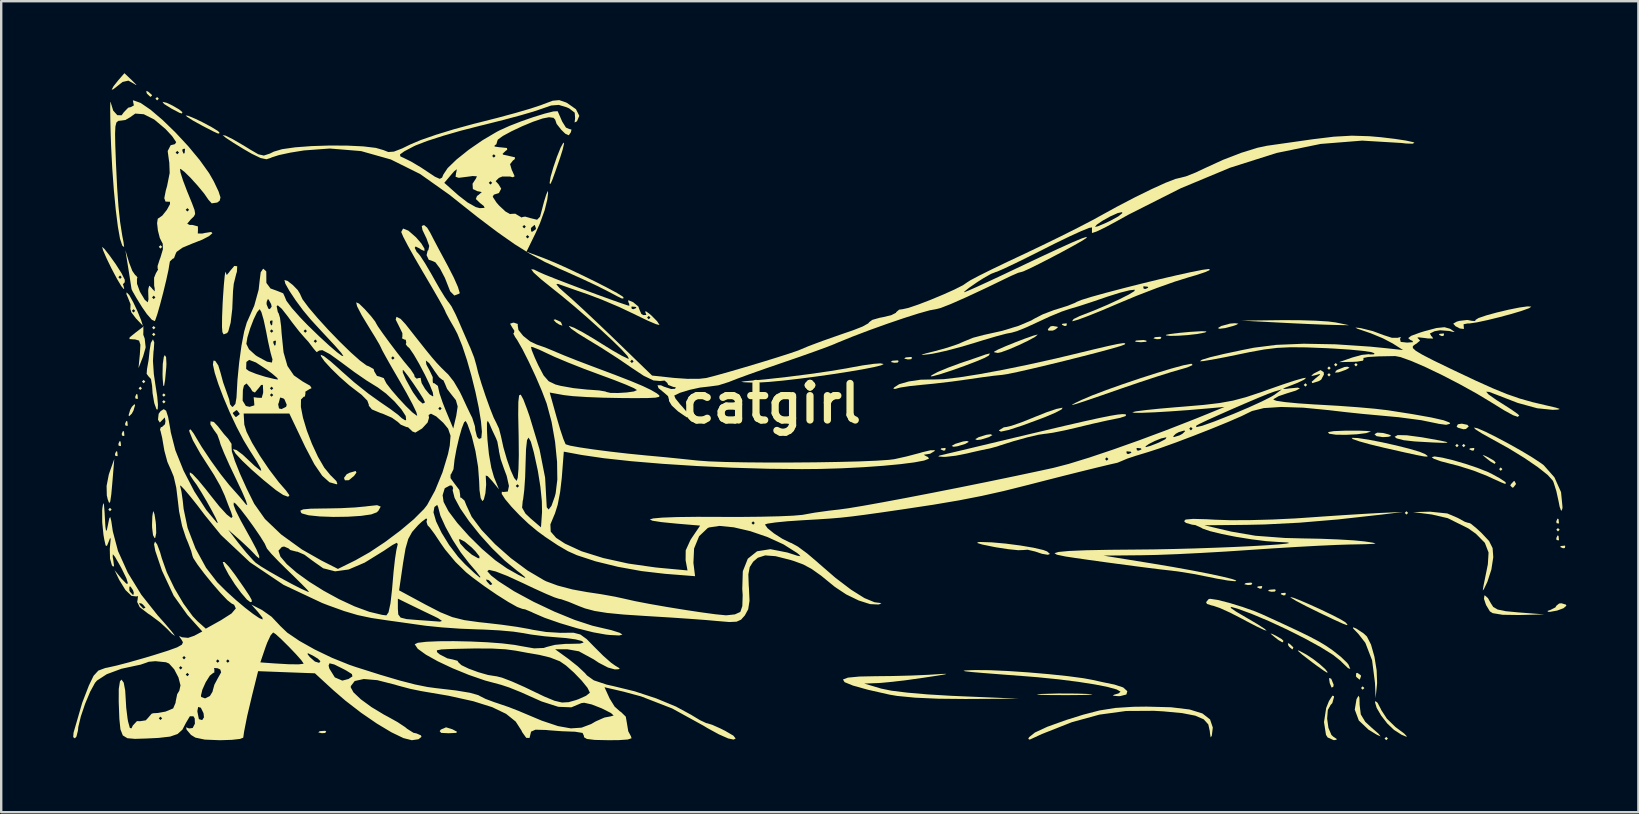
<source format=kicad_pcb>
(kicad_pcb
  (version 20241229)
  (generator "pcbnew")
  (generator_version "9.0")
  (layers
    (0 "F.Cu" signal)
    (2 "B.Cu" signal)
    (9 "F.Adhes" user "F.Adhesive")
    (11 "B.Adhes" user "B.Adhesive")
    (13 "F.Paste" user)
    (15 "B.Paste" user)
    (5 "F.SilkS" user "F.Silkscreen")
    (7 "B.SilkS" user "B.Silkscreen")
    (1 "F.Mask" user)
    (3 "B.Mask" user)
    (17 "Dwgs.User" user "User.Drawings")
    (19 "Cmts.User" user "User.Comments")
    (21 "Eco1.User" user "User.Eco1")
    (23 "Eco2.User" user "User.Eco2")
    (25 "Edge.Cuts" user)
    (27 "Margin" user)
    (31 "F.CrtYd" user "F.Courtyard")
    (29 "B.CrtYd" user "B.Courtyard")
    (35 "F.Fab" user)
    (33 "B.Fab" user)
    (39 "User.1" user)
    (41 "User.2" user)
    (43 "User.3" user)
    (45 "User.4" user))
  (footprint "catgirl"
    (layer "F.Cu")
    (at 29.107 13.763)
    (property "Reference" "catgirl" (at 0 0 0) (layer "F.SilkS") (effects (font (size 1.524 1.524) (thickness 0.3))))
    (attr board_only exclude_from_pos_files exclude_from_bom)
    (fp_poly (pts (xy -26.175 -3.209) (xy -26.192 -3.196) (xy -26.205 -3.241)) (stroke (width 0) (type solid)) (fill yes) (layer "F.SilkS"))
    (fp_poly (pts (xy -10.213 -6.323) (xy -10.217 -6.325) (xy -10.216 -6.326)) (stroke (width 0) (type solid)) (fill yes) (layer "F.SilkS"))
    (fp_poly (pts (xy -27.505 4.42) (xy -27.575 4.491) (xy -27.645 4.42) (xy -27.575 4.35)) (stroke (width 0) (type solid)) (fill yes) (layer "F.SilkS"))
    (fp_poly (pts (xy -26.242 -0.631) (xy -26.312 -0.561) (xy -26.382 -0.631) (xy -26.312 -0.702)) (stroke (width 0) (type solid)) (fill yes) (layer "F.SilkS"))
    (fp_poly (pts (xy -26.102 -0.912) (xy -26.172 -0.842) (xy -26.242 -0.912) (xy -26.172 -0.982)) (stroke (width 0) (type solid)) (fill yes) (layer "F.SilkS"))
    (fp_poly (pts (xy -25.681 -3.157) (xy -25.751 -3.087) (xy -25.821 -3.157) (xy -25.751 -3.228)) (stroke (width 0) (type solid)) (fill yes) (layer "F.SilkS"))
    (fp_poly (pts (xy -25.681 -2.877) (xy -25.751 -2.807) (xy -25.821 -2.877) (xy -25.751 -2.947)) (stroke (width 0) (type solid)) (fill yes) (layer "F.SilkS"))
    (fp_poly (pts (xy -25.54 -12.7) (xy -25.61 -12.63) (xy -25.681 -12.7) (xy -25.61 -12.77)) (stroke (width 0) (type solid)) (fill yes) (layer "F.SilkS"))
    (fp_poly (pts (xy -25.4 -6.525) (xy -25.47 -6.455) (xy -25.54 -6.525) (xy -25.47 -6.596)) (stroke (width 0) (type solid)) (fill yes) (layer "F.SilkS"))
    (fp_poly (pts (xy -25.26 -0.351) (xy -25.33 -0.281) (xy -25.4 -0.351) (xy -25.33 -0.421)) (stroke (width 0) (type solid)) (fill yes) (layer "F.SilkS"))
    (fp_poly (pts (xy -25.26 -0.07) (xy -25.33 0) (xy -25.4 -0.07) (xy -25.33 -0.14)) (stroke (width 0) (type solid)) (fill yes) (layer "F.SilkS"))
    (fp_poly (pts (xy 22.313 -0.772) (xy 22.243 -0.702) (xy 22.172 -0.772) (xy 22.243 -0.842)) (stroke (width 0) (type solid)) (fill yes) (layer "F.SilkS"))
    (fp_poly (pts (xy 23.295 -1.473) (xy 23.225 -1.403) (xy 23.155 -1.473) (xy 23.225 -1.544)) (stroke (width 0) (type solid)) (fill yes) (layer "F.SilkS"))
    (fp_poly (pts (xy 23.295 -1.193) (xy 23.225 -1.123) (xy 23.155 -1.193) (xy 23.225 -1.263)) (stroke (width 0) (type solid)) (fill yes) (layer "F.SilkS"))
    (fp_poly (pts (xy 23.576 -1.614) (xy 23.506 -1.544) (xy 23.435 -1.614) (xy 23.506 -1.684)) (stroke (width 0) (type solid)) (fill yes) (layer "F.SilkS"))
    (fp_poly (pts (xy 24.418 -1.614) (xy 24.348 -1.544) (xy 24.277 -1.614) (xy 24.348 -1.684)) (stroke (width 0) (type solid)) (fill yes) (layer "F.SilkS"))
    (fp_poly (pts (xy 24.698 11.858) (xy 24.628 11.928) (xy 24.558 11.858) (xy 24.628 11.788)) (stroke (width 0) (type solid)) (fill yes) (layer "F.SilkS"))
    (fp_poly (pts (xy 25.681 13.963) (xy 25.61 14.033) (xy 25.54 13.963) (xy 25.61 13.893)) (stroke (width 0) (type solid)) (fill yes) (layer "F.SilkS"))
    (fp_poly (pts (xy 26.523 4.561) (xy 26.452 4.631) (xy 26.382 4.561) (xy 26.452 4.491)) (stroke (width 0) (type solid)) (fill yes) (layer "F.SilkS"))
    (fp_poly (pts (xy 28.628 1.754) (xy 28.557 1.824) (xy 28.487 1.754) (xy 28.557 1.684)) (stroke (width 0) (type solid)) (fill yes) (layer "F.SilkS"))
    (fp_poly (pts (xy 28.908 1.754) (xy 28.838 1.824) (xy 28.768 1.754) (xy 28.838 1.684)) (stroke (width 0) (type solid)) (fill yes) (layer "F.SilkS"))
    (fp_poly (pts (xy 30.452 2.736) (xy 30.382 2.807) (xy 30.312 2.736) (xy 30.382 2.666)) (stroke (width 0) (type solid)) (fill yes) (layer "F.SilkS"))
    (fp_poly (pts (xy 32.838 5.262) (xy 32.767 5.333) (xy 32.697 5.262) (xy 32.767 5.192)) (stroke (width 0) (type solid)) (fill yes) (layer "F.SilkS"))
    (fp_poly (pts (xy -27.271 2.011) (xy -27.254 2.178) (xy -27.271 2.199) (xy -27.355 2.179) (xy -27.365 2.105) (xy -27.313 1.989)) (stroke (width 0) (type solid)) (fill yes) (layer "F.SilkS"))
    (fp_poly (pts (xy -27.131 1.59) (xy -27.114 1.757) (xy -27.131 1.778) (xy -27.214 1.758) (xy -27.224 1.684) (xy -27.173 1.568)) (stroke (width 0) (type solid)) (fill yes) (layer "F.SilkS"))
    (fp_poly (pts (xy -26.99 1.169) (xy -26.974 1.336) (xy -26.99 1.357) (xy -27.074 1.337) (xy -27.084 1.263) (xy -27.033 1.147)) (stroke (width 0) (type solid)) (fill yes) (layer "F.SilkS"))
    (fp_poly (pts (xy -26.85 0.748) (xy -26.833 0.915) (xy -26.85 0.936) (xy -26.934 0.916) (xy -26.944 0.842) (xy -26.892 0.726)) (stroke (width 0) (type solid)) (fill yes) (layer "F.SilkS"))
    (fp_poly (pts (xy -26.429 -0.374) (xy -26.412 -0.208) (xy -26.429 -0.187) (xy -26.513 -0.206) (xy -26.523 -0.281) (xy -26.471 -0.396)) (stroke (width 0) (type solid)) (fill yes) (layer "F.SilkS"))
    (fp_poly (pts (xy -18.562 13.668) (xy -18.604 13.731) (xy -18.746 13.741) (xy -18.896 13.707) (xy -18.831 13.657) (xy -18.611 13.64)) (stroke (width 0) (type solid)) (fill yes) (layer "F.SilkS"))
    (fp_poly (pts (xy 5.295 -1.769) (xy 5.253 -1.705) (xy 5.11 -1.695) (xy 4.961 -1.729) (xy 5.026 -1.78) (xy 5.245 -1.797)) (stroke (width 0) (type solid)) (fill yes) (layer "F.SilkS"))
    (fp_poly (pts (xy 5.856 -1.909) (xy 5.814 -1.845) (xy 5.672 -1.835) (xy 5.522 -1.87) (xy 5.587 -1.92) (xy 5.806 -1.937)) (stroke (width 0) (type solid)) (fill yes) (layer "F.SilkS"))
    (fp_poly (pts (xy 7.25 1.871) (xy 7.231 1.955) (xy 7.157 1.965) (xy 7.041 1.913) (xy 7.063 1.871) (xy 7.23 1.854)) (stroke (width 0) (type solid)) (fill yes) (layer "F.SilkS"))
    (fp_poly (pts (xy 12.302 -3.321) (xy 12.283 -3.238) (xy 12.209 -3.228) (xy 12.093 -3.279) (xy 12.115 -3.321) (xy 12.282 -3.338)) (stroke (width 0) (type solid)) (fill yes) (layer "F.SilkS"))
    (fp_poly (pts (xy 16.24 -2.751) (xy 16.199 -2.687) (xy 16.056 -2.677) (xy 15.907 -2.712) (xy 15.971 -2.762) (xy 16.191 -2.779)) (stroke (width 0) (type solid)) (fill yes) (layer "F.SilkS"))
    (fp_poly (pts (xy 20.029 7.493) (xy 19.988 7.557) (xy 19.845 7.567) (xy 19.695 7.533) (xy 19.76 7.482) (xy 19.98 7.465)) (stroke (width 0) (type solid)) (fill yes) (layer "F.SilkS"))
    (fp_poly (pts (xy 20.442 7.625) (xy 20.422 7.708) (xy 20.348 7.718) (xy 20.233 7.667) (xy 20.255 7.625) (xy 20.421 7.608)) (stroke (width 0) (type solid)) (fill yes) (layer "F.SilkS"))
    (fp_poly (pts (xy 21.012 7.774) (xy 20.97 7.838) (xy 20.828 7.847) (xy 20.678 7.813) (xy 20.743 7.763) (xy 20.962 7.746)) (stroke (width 0) (type solid)) (fill yes) (layer "F.SilkS"))
    (fp_poly (pts (xy 21.424 7.905) (xy 21.405 7.989) (xy 21.33 7.999) (xy 21.215 7.948) (xy 21.237 7.905) (xy 21.403 7.889)) (stroke (width 0) (type solid)) (fill yes) (layer "F.SilkS"))
    (fp_poly (pts (xy 28.02 -2.9) (xy 28 -2.817) (xy 27.926 -2.807) (xy 27.81 -2.858) (xy 27.832 -2.9) (xy 27.999 -2.917)) (stroke (width 0) (type solid)) (fill yes) (layer "F.SilkS"))
    (fp_poly (pts (xy 29.283 1.871) (xy 29.263 1.955) (xy 29.189 1.965) (xy 29.073 1.913) (xy 29.095 1.871) (xy 29.262 1.854)) (stroke (width 0) (type solid)) (fill yes) (layer "F.SilkS"))
    (fp_poly (pts (xy 32.791 4.818) (xy 32.808 4.985) (xy 32.791 5.005) (xy 32.707 4.986) (xy 32.697 4.912) (xy 32.749 4.796)) (stroke (width 0) (type solid)) (fill yes) (layer "F.SilkS"))
    (fp_poly (pts (xy 32.791 5.52) (xy 32.808 5.686) (xy 32.791 5.707) (xy 32.707 5.688) (xy 32.697 5.613) (xy 32.749 5.498)) (stroke (width 0) (type solid)) (fill yes) (layer "F.SilkS"))
    (fp_poly (pts (xy 33.071 5.941) (xy 33.052 6.024) (xy 32.978 6.034) (xy 32.862 5.983) (xy 32.884 5.941) (xy 33.051 5.924)) (stroke (width 0) (type solid)) (fill yes) (layer "F.SilkS"))
    (fp_poly (pts (xy -25.983 -12.994) (xy -25.834 -12.864) (xy -25.821 -12.832) (xy -25.888 -12.774) (xy -26.026 -12.904) (xy -26.045 -12.932) (xy -26.061 -13.028)) (stroke (width 0) (type solid)) (fill yes) (layer "F.SilkS"))
    (fp_poly (pts (xy -8.801 -3.406) (xy -8.771 -3.368) (xy -8.721 -3.242) (xy -8.854 -3.289) (xy -8.981 -3.368) (xy -9.089 -3.481) (xy -9.025 -3.506)) (stroke (width 0) (type solid)) (fill yes) (layer "F.SilkS"))
    (fp_poly (pts (xy 21.589 10.02) (xy 21.74 10.162) (xy 21.709 10.243) (xy 21.689 10.244) (xy 21.571 10.145) (xy 21.527 10.082) (xy 21.511 9.986)) (stroke (width 0) (type solid)) (fill yes) (layer "F.SilkS"))
    (fp_poly (pts (xy 23.312 11.468) (xy 23.319 11.475) (xy 23.418 11.717) (xy 23.406 11.807) (xy 23.333 11.84) (xy 23.257 11.659) (xy 23.225 11.442)) (stroke (width 0) (type solid)) (fill yes) (layer "F.SilkS"))
    (fp_poly (pts (xy -26.527 0.07) (xy -26.597 0.301) (xy -26.663 0.421) (xy -26.774 0.533) (xy -26.799 0.491) (xy -26.729 0.261) (xy -26.663 0.14) (xy -26.552 0.028)) (stroke (width 0) (type solid)) (fill yes) (layer "F.SilkS"))
    (fp_poly (pts (xy -17.303 2.88) (xy -17.401 3.017) (xy -17.62 3.198) (xy -17.784 3.203) (xy -17.822 3.102) (xy -17.71 2.95) (xy -17.6 2.892) (xy -17.338 2.813)) (stroke (width 0) (type solid)) (fill yes) (layer "F.SilkS"))
    (fp_poly (pts (xy 8.217 1.599) (xy 8.069 1.684) (xy 7.742 1.784) (xy 7.578 1.805) (xy 7.5 1.769) (xy 7.648 1.684) (xy 7.975 1.584) (xy 8.139 1.563)) (stroke (width 0) (type solid)) (fill yes) (layer "F.SilkS"))
    (fp_poly (pts (xy 9.2 1.319) (xy 9.051 1.403) (xy 8.724 1.504) (xy 8.56 1.524) (xy 8.482 1.488) (xy 8.63 1.403) (xy 8.958 1.303) (xy 9.122 1.283)) (stroke (width 0) (type solid)) (fill yes) (layer "F.SilkS"))
    (fp_poly (pts (xy 11.905 -3.198) (xy 11.928 -3.172) (xy 11.818 -3.082) (xy 11.718 -3.037) (xy 11.537 -3.034) (xy 11.507 -3.092) (xy 11.621 -3.212) (xy 11.718 -3.228)) (stroke (width 0) (type solid)) (fill yes) (layer "F.SilkS"))
    (fp_poly (pts (xy 15.615 -2.618) (xy 15.619 -2.572) (xy 15.4 -2.553) (xy 15.366 -2.553) (xy 15.149 -2.574) (xy 15.169 -2.616) (xy 15.194 -2.623) (xy 15.499 -2.644)) (stroke (width 0) (type solid)) (fill yes) (layer "F.SilkS"))
    (fp_poly (pts (xy 20.841 9.598) (xy 21.015 9.68) (xy 21.254 9.819) (xy 21.33 9.898) (xy 21.286 9.957) (xy 21.118 9.859) (xy 20.971 9.745) (xy 20.79 9.594)) (stroke (width 0) (type solid)) (fill yes) (layer "F.SilkS"))
    (fp_poly (pts (xy 24.081 -1.492) (xy 23.927 -1.403) (xy 23.629 -1.298) (xy 23.475 -1.285) (xy 23.519 -1.363) (xy 23.576 -1.403) (xy 23.875 -1.52) (xy 23.997 -1.532)) (stroke (width 0) (type solid)) (fill yes) (layer "F.SilkS"))
    (fp_poly (pts (xy 24.552 11.328) (xy 24.558 11.367) (xy 24.51 11.504) (xy 24.496 11.507) (xy 24.376 11.409) (xy 24.348 11.367) (xy 24.359 11.238) (xy 24.409 11.227)) (stroke (width 0) (type solid)) (fill yes) (layer "F.SilkS"))
    (fp_poly (pts (xy 25.47 1.229) (xy 25.733 1.297) (xy 25.821 1.35) (xy 25.701 1.39) (xy 25.47 1.403) (xy 25.206 1.362) (xy 25.119 1.282) (xy 25.236 1.215)) (stroke (width 0) (type solid)) (fill yes) (layer "F.SilkS"))
    (fp_poly (pts (xy 28.992 0.89) (xy 29.049 0.959) (xy 28.934 1.062) (xy 28.832 1.076) (xy 28.596 1.01) (xy 28.543 0.959) (xy 28.598 0.867) (xy 28.76 0.842)) (stroke (width 0) (type solid)) (fill yes) (layer "F.SilkS"))
    (fp_poly (pts (xy 29.682 2.16) (xy 29.856 2.242) (xy 30.095 2.381) (xy 30.171 2.461) (xy 30.127 2.519) (xy 29.959 2.421) (xy 29.812 2.308) (xy 29.631 2.157)) (stroke (width 0) (type solid)) (fill yes) (layer "F.SilkS"))
    (fp_poly (pts (xy 31.012 3.336) (xy 31.013 3.368) (xy 30.905 3.503) (xy 30.865 3.508) (xy 30.781 3.422) (xy 30.803 3.368) (xy 30.929 3.234) (xy 30.951 3.228)) (stroke (width 0) (type solid)) (fill yes) (layer "F.SilkS"))
    (fp_poly (pts (xy -13.301 13.579) (xy -13.111 13.682) (xy -13.144 13.727) (xy -13.429 13.742) (xy -13.465 13.743) (xy -13.772 13.728) (xy -13.836 13.655) (xy -13.785 13.589) (xy -13.568 13.496)) (stroke (width 0) (type solid)) (fill yes) (layer "F.SilkS"))
    (fp_poly (pts (xy 19.45 -3.327) (xy 19.35 -3.27) (xy 19.225 -3.228) (xy 18.895 -3.141) (xy 18.665 -3.112) (xy 18.593 -3.142) (xy 18.734 -3.228) (xy 19.103 -3.328) (xy 19.296 -3.344)) (stroke (width 0) (type solid)) (fill yes) (layer "F.SilkS"))
    (fp_poly (pts (xy -27.469 3.228) (xy -27.519 3.787) (xy -27.563 4.088) (xy -27.608 4.154) (xy -27.665 4.006) (xy -27.706 3.832) (xy -27.715 3.436) (xy -27.624 2.967) (xy -27.594 2.874) (xy -27.395 2.315)) (stroke (width 0) (type solid)) (fill yes) (layer "F.SilkS"))
    (fp_poly (pts (xy -25.236 -1.934) (xy -25.221 -1.652) (xy -25.229 -1.497) (xy -25.277 -0.981) (xy -25.32 -0.729) (xy -25.354 -0.745) (xy -25.378 -1.035) (xy -25.384 -1.22) (xy -25.374 -1.644) (xy -25.331 -1.938) (xy -25.292 -2.015)) (stroke (width 0) (type solid)) (fill yes) (layer "F.SilkS"))
    (fp_poly (pts (xy -25.219 -12.531) (xy -24.979 -12.419) (xy -24.695 -12.255) (xy -24.56 -12.142) (xy -24.558 -12.135) (xy -24.575 -12.083) (xy -24.674 -12.11) (xy -24.928 -12.243) (xy -25.014 -12.289) (xy -25.32 -12.48) (xy -25.386 -12.57)) (stroke (width 0) (type solid)) (fill yes) (layer "F.SilkS"))
    (fp_poly (pts (xy -26.635 -13.442) (xy -26.473 -13.277) (xy -26.491 -13.27) (xy -26.527 -13.296) (xy -26.806 -13.453) (xy -27.049 -13.398) (xy -27.248 -13.24) (xy -27.44 -13.09) (xy -27.505 -13.078) (xy -27.423 -13.223) (xy -27.238 -13.456) (xy -26.972 -13.763)) (stroke (width 0) (type solid)) (fill yes) (layer "F.SilkS"))
    (fp_poly (pts (xy -25.719 4.615) (xy -25.67 4.926) (xy -25.657 5.052) (xy -25.647 5.402) (xy -25.688 5.598) (xy -25.712 5.613) (xy -25.78 5.489) (xy -25.818 5.178) (xy -25.821 5.052) (xy -25.809 4.7) (xy -25.778 4.505) (xy -25.766 4.491)) (stroke (width 0) (type solid)) (fill yes) (layer "F.SilkS"))
    (fp_poly (pts (xy 21.981 -3.47) (xy 22.654 -3.45) (xy 23.199 -3.416) (xy 23.506 -3.376) (xy 24.067 -3.26) (xy 23.435 -3.272) (xy 23.033 -3.284) (xy 22.439 -3.308) (xy 21.741 -3.34) (xy 21.19 -3.368) (xy 19.576 -3.452) (xy 21.26 -3.472)) (stroke (width 0) (type solid)) (fill yes) (layer "F.SilkS"))
    (fp_poly (pts (xy 33.095 8.381) (xy 33.118 8.427) (xy 33 8.532) (xy 32.731 8.631) (xy 32.438 8.684) (xy 32.346 8.682) (xy 32.335 8.644) (xy 32.452 8.604) (xy 32.66 8.499) (xy 32.697 8.433) (xy 32.811 8.338) (xy 32.908 8.326)) (stroke (width 0) (type solid)) (fill yes) (layer "F.SilkS"))
    (fp_poly (pts (xy -8.652 -10.828) (xy -8.71 -10.578) (xy -8.816 -10.24) (xy -9.014 -9.668) (xy -9.139 -9.321) (xy -9.21 -9.162) (xy -9.242 -9.149) (xy -9.251 -9.202) (xy -9.212 -9.445) (xy -9.098 -9.839) (xy -8.948 -10.279) (xy -8.796 -10.658) (xy -8.679 -10.872)) (stroke (width 0) (type solid)) (fill yes) (layer "F.SilkS"))
    (fp_poly (pts (xy 12.714 12.09) (xy 13.156 12.105) (xy 13.367 12.122) (xy 13.319 12.136) (xy 13.033 12.147) (xy 12.533 12.153) (xy 12.209 12.154) (xy 11.609 12.151) (xy 11.214 12.142) (xy 11.044 12.13) (xy 11.123 12.114) (xy 11.262 12.105) (xy 11.953 12.086)) (stroke (width 0) (type solid)) (fill yes) (layer "F.SilkS"))
    (fp_poly (pts (xy 22.222 10.431) (xy 22.287 10.468) (xy 22.569 10.654) (xy 22.853 10.875) (xy 23.075 11.077) (xy 23.17 11.202) (xy 23.141 11.217) (xy 23.006 11.134) (xy 22.724 10.934) (xy 22.528 10.789) (xy 22.113 10.47) (xy 21.925 10.306) (xy 21.962 10.294)) (stroke (width 0) (type solid)) (fill yes) (layer "F.SilkS"))
    (fp_poly (pts (xy 24.493 12.259) (xy 24.502 12.562) (xy 24.55 12.958) (xy 24.736 13.266) (xy 24.981 13.493) (xy 25.292 13.766) (xy 25.376 13.874) (xy 25.234 13.816) (xy 24.873 13.595) (xy 24.468 13.212) (xy 24.299 12.758) (xy 24.372 12.321) (xy 24.455 12.177)) (stroke (width 0) (type solid)) (fill yes) (layer "F.SilkS"))
    (fp_poly (pts (xy 26.466 1.326) (xy 27.105 1.411) (xy 27.856 1.546) (xy 28.118 1.603) (xy 28.166 1.635) (xy 27.986 1.642) (xy 27.559 1.626) (xy 26.871 1.587) (xy 26.768 1.58) (xy 26.335 1.531) (xy 26.042 1.454) (xy 25.961 1.388) (xy 26.087 1.318)) (stroke (width 0) (type solid)) (fill yes) (layer "F.SilkS"))
    (fp_poly (pts (xy -24.305 -11.984) (xy -24.015 -11.862) (xy -23.716 -11.718) (xy -23.333 -11.513) (xy -23.079 -11.355) (xy -23.014 -11.294) (xy -23.022 -11.248) (xy -23.085 -11.253) (xy -23.262 -11.334) (xy -23.612 -11.514) (xy -23.751 -11.587) (xy -24.122 -11.792) (xy -24.364 -11.948) (xy -24.418 -12.003)) (stroke (width 0) (type solid)) (fill yes) (layer "F.SilkS"))
    (fp_poly (pts (xy 18.124 -3.003) (xy 18.075 -2.963) (xy 18.033 -2.951) (xy 17.727 -2.894) (xy 17.331 -2.849) (xy 16.929 -2.822) (xy 16.602 -2.816) (xy 16.432 -2.837) (xy 16.43 -2.858) (xy 16.589 -2.893) (xy 16.952 -2.938) (xy 17.441 -2.983) (xy 17.471 -2.985) (xy 17.917 -3.011)) (stroke (width 0) (type solid)) (fill yes) (layer "F.SilkS"))
    (fp_poly (pts (xy 23.004 -1.304) (xy 23.014 -1.208) (xy 22.901 -0.994) (xy 22.792 -0.927) (xy 22.526 -0.847) (xy 22.503 -0.903) (xy 22.672 -1.053) (xy 22.859 -1.205) (xy 22.822 -1.225) (xy 22.664 -1.18) (xy 22.483 -1.14) (xy 22.548 -1.214) (xy 22.593 -1.248) (xy 22.875 -1.391)) (stroke (width 0) (type solid)) (fill yes) (layer "F.SilkS"))
    (fp_poly (pts (xy 24.475 1.134) (xy 24.824 1.147) (xy 24.968 1.168) (xy 24.967 1.173) (xy 24.761 1.238) (xy 24.379 1.285) (xy 23.928 1.307) (xy 23.512 1.302) (xy 23.237 1.262) (xy 23.225 1.257) (xy 23.185 1.194) (xy 23.421 1.153) (xy 23.927 1.133) (xy 23.985 1.133)) (stroke (width 0) (type solid)) (fill yes) (layer "F.SilkS"))
    (fp_poly (pts (xy 11.086 -2.867) (xy 10.969 -2.77) (xy 10.675 -2.61) (xy 10.287 -2.425) (xy 9.889 -2.254) (xy 9.566 -2.136) (xy 9.423 -2.105) (xy 9.271 -2.134) (xy 9.274 -2.161) (xy 9.432 -2.247) (xy 9.754 -2.388) (xy 10.158 -2.551) (xy 10.566 -2.707) (xy 10.898 -2.824) (xy 11.075 -2.871)) (stroke (width 0) (type solid)) (fill yes) (layer "F.SilkS"))
    (fp_poly (pts (xy 24.359 9.38) (xy 24.662 9.578) (xy 24.805 9.712) (xy 24.976 10.048) (xy 25.119 10.555) (xy 25.211 11.123) (xy 25.23 11.643) (xy 25.223 11.726) (xy 25.167 12.279) (xy 25.142 11.648) (xy 25.021 10.705) (xy 24.741 9.978) (xy 24.446 9.598) (xy 24.234 9.38) (xy 24.229 9.325)) (stroke (width 0) (type solid)) (fill yes) (layer "F.SilkS"))
    (fp_poly (pts (xy -22.803 6.609) (xy -22.617 6.805) (xy -22.355 7.15) (xy -22.342 7.169) (xy -21.986 7.68) (xy -21.77 8.005) (xy -21.67 8.185) (xy -21.662 8.263) (xy -21.723 8.28) (xy -21.726 8.28) (xy -21.868 8.172) (xy -22.108 7.893) (xy -22.366 7.542) (xy -22.631 7.127) (xy -22.815 6.783) (xy -22.874 6.606)) (stroke (width 0) (type solid)) (fill yes) (layer "F.SilkS"))
    (fp_poly (pts (xy 29.849 8.112) (xy 29.963 8.315) (xy 30.069 8.481) (xy 30.254 8.588) (xy 30.584 8.656) (xy 31.126 8.708) (xy 31.154 8.71) (xy 32.206 8.79) (xy 31.136 8.816) (xy 30.457 8.806) (xy 30.049 8.739) (xy 29.93 8.665) (xy 29.769 8.397) (xy 29.683 8.142) (xy 29.702 8.003) (xy 29.721 7.999)) (stroke (width 0) (type solid)) (fill yes) (layer "F.SilkS"))
    (fp_poly (pts (xy -26.184 -3.173) (xy -26.182 -3.071) (xy -26.186 -2.863) (xy -26.127 -2.704) (xy -26.087 -2.336) (xy -26.192 -1.965) (xy -26.385 -1.473) (xy -26.327 -2.07) (xy -26.306 -2.445) (xy -26.361 -2.62) (xy -26.524 -2.668) (xy -26.571 -2.669) (xy -26.765 -2.683) (xy -26.753 -2.755) (xy -26.525 -2.94) (xy -26.524 -2.941) (xy -26.192 -3.196)) (stroke (width 0) (type solid)) (fill yes) (layer "F.SilkS"))
    (fp_poly (pts (xy 25.248 12.473) (xy 25.382 12.727) (xy 25.402 12.775) (xy 25.637 13.136) (xy 25.994 13.484) (xy 26.085 13.551) (xy 26.357 13.754) (xy 26.468 13.874) (xy 26.45 13.888) (xy 26.253 13.808) (xy 25.955 13.617) (xy 25.922 13.593) (xy 25.653 13.336) (xy 25.398 13.006) (xy 25.211 12.684) (xy 25.142 12.452) (xy 25.16 12.402)) (stroke (width 0) (type solid)) (fill yes) (layer "F.SilkS"))
    (fp_poly (pts (xy 9.051 -1.998) (xy 8.872 -1.898) (xy 8.503 -1.743) (xy 8.025 -1.561) (xy 7.518 -1.381) (xy 7.059 -1.231) (xy 6.729 -1.14) (xy 6.628 -1.126) (xy 6.667 -1.178) (xy 6.897 -1.3) (xy 6.946 -1.323) (xy 7.35 -1.491) (xy 7.846 -1.674) (xy 7.999 -1.726) (xy 8.443 -1.876) (xy 8.814 -2.005) (xy 8.911 -2.041) (xy 9.093 -2.085)) (stroke (width 0) (type solid)) (fill yes) (layer "F.SilkS"))
    (fp_poly (pts (xy 21.725 8.091) (xy 22.023 8.206) (xy 22.437 8.385) (xy 22.9 8.596) (xy 23.344 8.809) (xy 23.702 8.993) (xy 23.906 9.117) (xy 23.92 9.129) (xy 23.997 9.217) (xy 23.97 9.237) (xy 23.804 9.177) (xy 23.464 9.023) (xy 22.914 8.762) (xy 22.769 8.692) (xy 22.262 8.442) (xy 21.867 8.235) (xy 21.642 8.101) (xy 21.611 8.071)) (stroke (width 0) (type solid)) (fill yes) (layer "F.SilkS"))
    (fp_poly (pts (xy 23.433 12.201) (xy 23.434 12.236) (xy 23.362 12.489) (xy 23.295 12.56) (xy 23.176 12.774) (xy 23.148 13.133) (xy 23.201 13.519) (xy 23.326 13.813) (xy 23.4 13.882) (xy 23.563 13.993) (xy 23.481 14.027) (xy 23.415 14.029) (xy 23.17 13.919) (xy 23.1 13.811) (xy 23.017 13.28) (xy 23.107 12.691) (xy 23.224 12.4) (xy 23.369 12.175)) (stroke (width 0) (type solid)) (fill yes) (layer "F.SilkS"))
    (fp_poly (pts (xy 12.124 0.182) (xy 12.077 0.251) (xy 11.817 0.387) (xy 11.398 0.565) (xy 11.284 0.609) (xy 10.457 0.915) (xy 9.881 1.103) (xy 9.553 1.174) (xy 9.47 1.13) (xy 9.478 1.114) (xy 9.675 0.994) (xy 9.769 0.982) (xy 9.993 0.93) (xy 10.394 0.791) (xy 10.891 0.594) (xy 10.977 0.558) (xy 11.471 0.361) (xy 11.872 0.227) (xy 12.105 0.179)) (stroke (width 0) (type solid)) (fill yes) (layer "F.SilkS"))
    (fp_poly (pts (xy 24.426 1.441) (xy 24.868 1.508) (xy 25.425 1.616) (xy 26.018 1.748) (xy 26.57 1.887) (xy 27.001 2.014) (xy 27.224 2.107) (xy 27.327 2.18) (xy 27.328 2.216) (xy 27.194 2.208) (xy 26.891 2.152) (xy 26.385 2.042) (xy 25.644 1.874) (xy 25.54 1.851) (xy 24.94 1.705) (xy 24.483 1.578) (xy 24.212 1.483) (xy 24.17 1.433) (xy 24.175 1.432)) (stroke (width 0) (type solid)) (fill yes) (layer "F.SilkS"))
    (fp_poly (pts (xy -26.769 -4.513) (xy -26.606 -4.22) (xy -26.427 -3.84) (xy -26.273 -3.461) (xy -26.205 -3.241) (xy -26.491 -3.544) (xy -26.682 -3.794) (xy -26.701 -3.859) (xy -26.663 -3.859) (xy -26.593 -3.789) (xy -26.523 -3.859) (xy -26.593 -3.929) (xy -26.663 -3.859) (xy -26.701 -3.859) (xy -26.729 -3.955) (xy -26.723 -3.963) (xy -26.717 -4.135) (xy -26.797 -4.338) (xy -26.89 -4.561) (xy -26.879 -4.631)) (stroke (width 0) (type solid)) (fill yes) (layer "F.SilkS"))
    (fp_poly (pts (xy 9.172 5.788) (xy 9.753 5.84) (xy 10.362 5.919) (xy 10.913 6.012) (xy 11.324 6.108) (xy 11.479 6.167) (xy 11.598 6.273) (xy 11.506 6.306) (xy 11.264 6.265) (xy 10.981 6.17) (xy 10.665 6.095) (xy 10.49 6.108) (xy 10.274 6.115) (xy 9.866 6.074) (xy 9.347 5.994) (xy 9.262 5.978) (xy 8.772 5.878) (xy 8.557 5.811) (xy 8.619 5.777) (xy 8.701 5.773)) (stroke (width 0) (type solid)) (fill yes) (layer "F.SilkS"))
    (fp_poly (pts (xy -16.292 4.298) (xy -16.384 4.465) (xy -16.454 4.536) (xy -16.685 4.623) (xy -17.114 4.685) (xy -17.666 4.72) (xy -18.264 4.728) (xy -18.832 4.708) (xy -19.293 4.661) (xy -19.572 4.584) (xy -19.605 4.559) (xy -19.642 4.469) (xy -19.522 4.413) (xy -19.206 4.385) (xy -18.654 4.376) (xy -18.59 4.376) (xy -17.957 4.364) (xy -17.357 4.333) (xy -16.903 4.29) (xy -16.842 4.281) (xy -16.44 4.239)) (stroke (width 0) (type solid)) (fill yes) (layer "F.SilkS"))
    (fp_poly (pts (xy -9.463 -6.043) (xy -9.047 -5.873) (xy -8.521 -5.638) (xy -7.943 -5.366) (xy -7.367 -5.085) (xy -6.849 -4.821) (xy -6.445 -4.603) (xy -6.211 -4.458) (xy -6.175 -4.419) (xy -6.183 -4.371) (xy -6.25 -4.378) (xy -6.433 -4.466) (xy -6.795 -4.657) (xy -6.876 -4.7) (xy -7.285 -4.905) (xy -7.859 -5.175) (xy -8.504 -5.466) (xy -8.842 -5.614) (xy -9.457 -5.9) (xy -10.063 -6.23) (xy -10.213 -6.323)) (stroke (width 0) (type solid)) (fill yes) (layer "F.SilkS"))
    (fp_poly (pts (xy 27.943 2.257) (xy 28.391 2.364) (xy 28.902 2.513) (xy 29.409 2.683) (xy 29.847 2.857) (xy 29.996 2.928) (xy 30.344 3.119) (xy 30.559 3.262) (xy 30.592 3.301) (xy 30.592 3.343) (xy 30.55 3.347) (xy 30.407 3.291) (xy 30.104 3.154) (xy 29.82 3.023) (xy 29.254 2.8) (xy 28.61 2.597) (xy 28.311 2.521) (xy 27.881 2.409) (xy 27.589 2.302) (xy 27.505 2.237) (xy 27.626 2.208)) (stroke (width 0) (type solid)) (fill yes) (layer "F.SilkS"))
    (fp_poly (pts (xy -25.729 -2.546) (xy -25.748 -2.249) (xy -25.76 -2.174) (xy -25.783 -1.773) (xy -25.747 -1.229) (xy -25.679 -0.765) (xy -25.605 -0.294) (xy -25.574 0.057) (xy -25.586 0.25) (xy -25.636 0.245) (xy -25.722 0.004) (xy -25.731 -0.03) (xy -25.799 -0.427) (xy -25.819 -0.737) (xy -25.865 -1.017) (xy -25.964 -1.123) (xy -26.046 -1.236) (xy -26.03 -1.438) (xy -25.964 -1.811) (xy -25.922 -2.21) (xy -25.871 -2.521) (xy -25.788 -2.665) (xy -25.78 -2.666)) (stroke (width 0) (type solid)) (fill yes) (layer "F.SilkS"))
    (fp_poly (pts (xy -22.272 -5.717) (xy -22.285 -5.484) (xy -22.311 -5.408) (xy -22.416 -4.988) (xy -22.447 -4.671) (xy -22.478 -3.938) (xy -22.545 -3.369) (xy -22.641 -3.011) (xy -22.691 -2.934) (xy -22.838 -2.878) (xy -22.89 -2.973) (xy -22.906 -3.189) (xy -22.902 -3.61) (xy -22.88 -4.161) (xy -22.865 -4.42) (xy -22.828 -4.946) (xy -22.793 -5.318) (xy -22.766 -5.486) (xy -22.756 -5.473) (xy -22.708 -5.351) (xy -22.602 -5.475) (xy -22.582 -5.508) (xy -22.392 -5.732)) (stroke (width 0) (type solid)) (fill yes) (layer "F.SilkS"))
    (fp_poly (pts (xy 17.531 -1.595) (xy 17.318 -1.501) (xy 17.05 -1.423) (xy 16.645 -1.306) (xy 16.053 -1.12) (xy 15.354 -0.89) (xy 14.624 -0.641) (xy 14.592 -0.63) (xy 13.73 -0.33) (xy 13.111 -0.118) (xy 12.718 0.011) (xy 12.529 0.063) (xy 12.526 0.044) (xy 12.687 -0.04) (xy 12.91 -0.146) (xy 13.355 -0.335) (xy 13.946 -0.56) (xy 14.627 -0.802) (xy 15.343 -1.044) (xy 16.04 -1.268) (xy 16.662 -1.456) (xy 17.153 -1.59) (xy 17.46 -1.651) (xy 17.519 -1.651)) (stroke (width 0) (type solid)) (fill yes) (layer "F.SilkS"))
    (fp_poly (pts (xy 4.668 -1.644) (xy 4.563 -1.589) (xy 4.258 -1.514) (xy 3.794 -1.423) (xy 3.211 -1.324) (xy 2.548 -1.221) (xy 1.845 -1.121) (xy 1.141 -1.03) (xy 0.477 -0.953) (xy -0.107 -0.898) (xy -0.572 -0.87) (xy -0.772 -0.868) (xy -1.162 -0.884) (xy -1.273 -0.904) (xy -1.104 -0.928) (xy -1.052 -0.932) (xy -0.266 -1.004) (xy 0.639 -1.105) (xy 1.569 -1.224) (xy 2.43 -1.348) (xy 3.129 -1.464) (xy 3.272 -1.492) (xy 3.803 -1.588) (xy 4.26 -1.652) (xy 4.535 -1.671)) (stroke (width 0) (type solid)) (fill yes) (layer "F.SilkS"))
    (fp_poly (pts (xy -27.805 -6.439) (xy -27.6 -6.178) (xy -27.336 -5.808) (xy -27.093 -5.427) (xy -26.958 -5.156) (xy -26.958 -5.052) (xy -26.958 -5.052) (xy -27.036 -4.966) (xy -27.014 -4.912) (xy -26.982 -4.781) (xy -27.004 -4.771) (xy -27.1 -4.887) (xy -27.28 -5.19) (xy -27.319 -5.262) (xy -27.224 -5.262) (xy -27.154 -5.192) (xy -27.084 -5.262) (xy -27.154 -5.333) (xy -27.224 -5.262) (xy -27.319 -5.262) (xy -27.506 -5.616) (xy -27.512 -5.627) (xy -27.722 -6.06) (xy -27.861 -6.381) (xy -27.901 -6.523) (xy -27.9 -6.524)) (stroke (width 0) (type solid)) (fill yes) (layer "F.SilkS"))
    (fp_poly (pts (xy -14.355 -7.324) (xy -14.232 -7.121) (xy -14.095 -6.854) (xy -13.867 -6.421) (xy -13.588 -5.903) (xy -13.499 -5.738) (xy -13.248 -5.248) (xy -13.074 -4.854) (xy -13.002 -4.617) (xy -13.008 -4.58) (xy -13.224 -4.498) (xy -13.399 -4.675) (xy -13.422 -4.736) (xy -13.614 -5.225) (xy -13.824 -5.628) (xy -14.014 -5.882) (xy -14.126 -5.933) (xy -14.291 -5.988) (xy -14.38 -6.18) (xy -14.337 -6.365) (xy -14.308 -6.389) (xy -14.27 -6.562) (xy -14.384 -6.877) (xy -14.551 -7.227) (xy -14.582 -7.395) (xy -14.489 -7.436)) (stroke (width 0) (type solid)) (fill yes) (layer "F.SilkS"))
    (fp_poly (pts (xy 29.409 1.033) (xy 29.74 1.176) (xy 30.194 1.402) (xy 30.713 1.678) (xy 31.239 1.974) (xy 31.713 2.259) (xy 32.078 2.501) (xy 32.172 2.572) (xy 32.619 3.078) (xy 32.895 3.695) (xy 32.956 4.323) (xy 32.947 4.396) (xy 32.901 4.483) (xy 32.836 4.302) (xy 32.794 4.087) (xy 32.697 3.645) (xy 32.583 3.286) (xy 32.549 3.213) (xy 32.337 2.978) (xy 31.926 2.653) (xy 31.367 2.271) (xy 30.711 1.868) (xy 30.011 1.48) (xy 30.004 1.476) (xy 29.604 1.255) (xy 29.337 1.085) (xy 29.261 1.004)) (stroke (width 0) (type solid)) (fill yes) (layer "F.SilkS"))
    (fp_poly (pts (xy 31.656 -4.035) (xy 31.568 -3.971) (xy 31.273 -3.865) (xy 30.84 -3.734) (xy 30.336 -3.598) (xy 29.83 -3.474) (xy 29.39 -3.38) (xy 29.083 -3.334) (xy 29.005 -3.334) (xy 28.835 -3.302) (xy 28.838 -3.227) (xy 28.848 -3.104) (xy 28.679 -3.124) (xy 28.495 -3.22) (xy 28.402 -3.326) (xy 28.55 -3.411) (xy 28.662 -3.442) (xy 28.99 -3.48) (xy 29.181 -3.443) (xy 29.316 -3.436) (xy 29.329 -3.48) (xy 29.454 -3.559) (xy 29.778 -3.67) (xy 30.223 -3.792) (xy 30.711 -3.908) (xy 31.165 -3.999) (xy 31.506 -4.046)) (stroke (width 0) (type solid)) (fill yes) (layer "F.SilkS"))
    (fp_poly (pts (xy 28.155 4.584) (xy 28.593 4.77) (xy 28.882 4.929) (xy 29.039 4.981) (xy 29.049 4.971) (xy 29.139 5.013) (xy 29.372 5.204) (xy 29.57 5.386) (xy 29.894 5.73) (xy 30.043 6.027) (xy 30.07 6.389) (xy 30.07 6.412) (xy 29.991 6.923) (xy 29.83 7.421) (xy 29.822 7.438) (xy 29.68 7.738) (xy 29.633 7.794) (xy 29.661 7.613) (xy 29.682 7.508) (xy 29.774 7.053) (xy 29.845 6.703) (xy 29.875 6.213) (xy 29.72 5.809) (xy 29.347 5.43) (xy 29.03 5.206) (xy 28.173 4.78) (xy 27.516 4.628) (xy 26.733 4.527) (xy 27.435 4.51)) (stroke (width 0) (type solid)) (fill yes) (layer "F.SilkS"))
    (fp_poly (pts (xy 16.644 12.66) (xy 17.417 12.753) (xy 17.952 12.919) (xy 18.268 13.167) (xy 18.383 13.504) (xy 18.342 13.847) (xy 18.294 13.915) (xy 18.263 13.728) (xy 18.259 13.661) (xy 18.196 13.376) (xy 18.005 13.163) (xy 17.653 13.01) (xy 17.105 12.904) (xy 16.326 12.831) (xy 15.928 12.808) (xy 14.774 12.815) (xy 13.659 12.967) (xy 12.513 13.281) (xy 11.266 13.773) (xy 10.751 14.01) (xy 10.694 13.977) (xy 10.725 13.909) (xy 10.971 13.712) (xy 11.49 13.472) (xy 12.276 13.19) (xy 12.981 12.97) (xy 13.662 12.793) (xy 14.322 12.688) (xy 15.076 12.64) (xy 15.614 12.633)) (stroke (width 0) (type solid)) (fill yes) (layer "F.SilkS"))
    (fp_poly (pts (xy 7.23 11.288) (xy 6.928 11.339) (xy 6.362 11.425) (xy 6.315 11.432) (xy 5.66 11.524) (xy 5.043 11.598) (xy 4.561 11.644) (xy 4.42 11.652) (xy 3.859 11.673) (xy 4.561 11.882) (xy 4.989 11.969) (xy 5.651 12.051) (xy 6.498 12.124) (xy 7.485 12.183) (xy 7.788 12.196) (xy 10.314 12.302) (xy 8.069 12.315) (xy 6.946 12.304) (xy 5.984 12.261) (xy 5.23 12.188) (xy 4.912 12.134) (xy 4.011 11.93) (xy 3.386 11.756) (xy 3.039 11.614) (xy 2.97 11.503) (xy 3.178 11.425) (xy 3.664 11.379) (xy 4.315 11.366) (xy 5.054 11.358) (xy 5.825 11.338) (xy 6.493 11.309) (xy 6.666 11.299) (xy 7.087 11.272) (xy 7.279 11.267)) (stroke (width 0) (type solid)) (fill yes) (layer "F.SilkS"))
    (fp_poly (pts (xy 9.08 11.115) (xy 9.839 11.149) (xy 10.687 11.206) (xy 11.548 11.28) (xy 12.342 11.363) (xy 12.992 11.45) (xy 13.331 11.512) (xy 13.792 11.613) (xy 14.185 11.695) (xy 14.279 11.713) (xy 14.648 11.834) (xy 14.821 11.991) (xy 14.781 12.129) (xy 14.516 12.196) (xy 14.411 12.195) (xy 14.215 12.177) (xy 14.274 12.136) (xy 14.454 12.083) (xy 14.539 12.01) (xy 14.379 11.919) (xy 14.008 11.816) (xy 13.458 11.707) (xy 12.765 11.599) (xy 11.963 11.497) (xy 11.086 11.409) (xy 10.595 11.369) (xy 9.599 11.294) (xy 8.862 11.236) (xy 8.362 11.194) (xy 8.078 11.163) (xy 7.988 11.141) (xy 8.072 11.126) (xy 8.307 11.115) (xy 8.49 11.11)) (stroke (width 0) (type solid)) (fill yes) (layer "F.SilkS"))
    (fp_poly (pts (xy 14.735 -2.506) (xy 14.715 -2.46) (xy 14.715 -2.46) (xy 14.555 -2.398) (xy 14.174 -2.286) (xy 13.626 -2.138) (xy 12.965 -1.967) (xy 12.244 -1.785) (xy 11.515 -1.607) (xy 10.832 -1.445) (xy 10.249 -1.313) (xy 9.819 -1.224) (xy 9.613 -1.192) (xy 9.257 -1.155) (xy 8.741 -1.087) (xy 8.209 -1.009) (xy 7.516 -0.913) (xy 6.753 -0.824) (xy 6.262 -0.777) (xy 5.756 -0.724) (xy 5.357 -0.663) (xy 5.152 -0.607) (xy 5.074 -0.608) (xy 5.099 -0.664) (xy 5.312 -0.802) (xy 5.714 -0.917) (xy 6.209 -0.99) (xy 6.707 -1.001) (xy 6.75 -0.999) (xy 7.17 -1.012) (xy 7.818 -1.088) (xy 8.652 -1.22) (xy 9.627 -1.4) (xy 10.701 -1.62) (xy 11.83 -1.871) (xy 12.56 -2.045) (xy 13.407 -2.25) (xy 14.016 -2.393) (xy 14.418 -2.479) (xy 14.647 -2.514)) (stroke (width 0) (type solid)) (fill yes) (layer "F.SilkS"))
    (fp_poly (pts (xy 14.739 0.452) (xy 14.762 0.459) (xy 14.757 0.52) (xy 14.531 0.597) (xy 14.384 0.628) (xy 13.966 0.713) (xy 13.395 0.841) (xy 12.789 0.986) (xy 12.747 0.997) (xy 12.198 1.124) (xy 11.727 1.218) (xy 11.424 1.262) (xy 11.395 1.263) (xy 11.11 1.305) (xy 10.647 1.414) (xy 10.093 1.568) (xy 9.533 1.744) (xy 9.402 1.79) (xy 9.072 1.879) (xy 8.981 1.896) (xy 8.722 1.949) (xy 8.317 2.041) (xy 8.139 2.084) (xy 7.671 2.177) (xy 7.259 2.224) (xy 7.157 2.226) (xy 6.941 2.208) (xy 6.994 2.171) (xy 7.087 2.149) (xy 7.309 2.096) (xy 7.755 1.991) (xy 8.376 1.843) (xy 9.123 1.664) (xy 9.893 1.48) (xy 11.172 1.176) (xy 12.204 0.933) (xy 13.017 0.746) (xy 13.639 0.609) (xy 14.095 0.517) (xy 14.412 0.464) (xy 14.618 0.444)) (stroke (width 0) (type solid)) (fill yes) (layer "F.SilkS"))
    (fp_poly (pts (xy 18.595 8.189) (xy 19.076 8.312) (xy 19.624 8.48) (xy 20.144 8.664) (xy 20.418 8.778) (xy 21.292 9.178) (xy 21.953 9.487) (xy 22.446 9.729) (xy 22.815 9.925) (xy 23.104 10.1) (xy 23.358 10.274) (xy 23.363 10.277) (xy 23.717 10.556) (xy 23.974 10.802) (xy 24.039 10.886) (xy 24.113 11.064) (xy 24.017 11.028) (xy 23.759 10.78) (xy 23.707 10.726) (xy 23.396 10.478) (xy 22.882 10.158) (xy 22.224 9.796) (xy 21.481 9.422) (xy 20.712 9.066) (xy 19.976 8.757) (xy 19.401 8.548) (xy 19.148 8.479) (xy 19.125 8.516) (xy 19.339 8.666) (xy 19.797 8.935) (xy 19.857 8.969) (xy 20.256 9.204) (xy 20.535 9.386) (xy 20.629 9.469) (xy 20.516 9.437) (xy 20.215 9.295) (xy 19.782 9.071) (xy 19.611 8.978) (xy 19.108 8.719) (xy 18.676 8.524) (xy 18.39 8.427) (xy 18.348 8.422) (xy 18.14 8.354) (xy 18.103 8.28) (xy 18.213 8.15) (xy 18.278 8.141)) (stroke (width 0) (type solid)) (fill yes) (layer "F.SilkS"))
    (fp_poly (pts (xy -27.825 4.216) (xy -27.798 4.547) (xy -27.79 4.701) (xy -27.764 5.138) (xy -27.737 5.317) (xy -27.701 5.261) (xy -27.657 5.052) (xy -27.603 4.788) (xy -27.563 4.731) (xy -27.519 4.904) (xy -27.456 5.329) (xy -27.239 6.151) (xy -26.83 7.056) (xy -26.267 7.972) (xy -25.591 8.825) (xy -25.587 8.83) (xy -25.241 9.22) (xy -24.99 9.517) (xy -24.876 9.671) (xy -24.875 9.683) (xy -25.002 9.59) (xy -25.203 9.384) (xy -25.496 9.115) (xy -25.889 8.821) (xy -25.992 8.753) (xy -26.335 8.489) (xy -26.417 8.32) (xy -26.36 8.32) (xy -26.326 8.398) (xy -26.184 8.549) (xy -26.103 8.518) (xy -26.102 8.498) (xy -26.201 8.38) (xy -26.264 8.336) (xy -26.36 8.32) (xy -26.417 8.32) (xy -26.441 8.269) (xy -26.425 8.187) (xy -26.406 8.028) (xy -26.48 8.043) (xy -26.679 8.016) (xy -26.909 7.793) (xy -26.767 7.793) (xy -26.739 7.849) (xy -26.605 7.994) (xy -26.58 7.892) (xy -26.615 7.782) (xy -26.718 7.63) (xy -26.765 7.633) (xy -26.767 7.793) (xy -26.909 7.793) (xy -26.93 7.773) (xy -27.186 7.358) (xy -27.216 7.297) (xy -27.383 6.946) (xy -27.097 7.297) (xy -26.892 7.512) (xy -26.824 7.502) (xy -26.89 7.286) (xy -27.087 6.883) (xy -27.167 6.736) (xy -27.364 6.393) (xy -27.455 6.282) (xy -27.461 6.386) (xy -27.437 6.525) (xy -27.403 6.784) (xy -27.454 6.793) (xy -27.496 6.736) (xy -27.572 6.467) (xy -27.582 6.066) (xy -27.573 5.964) (xy -27.545 5.651) (xy -27.566 5.599) (xy -27.626 5.754) (xy -27.701 5.938) (xy -27.756 5.918) (xy -27.813 5.663) (xy -27.846 5.469) (xy -27.898 4.952) (xy -27.899 4.455) (xy -27.889 4.347) (xy -27.854 4.152)) (stroke (width 0) (type solid)) (fill yes) (layer "F.SilkS"))
    (fp_poly (pts (xy 18.223 -5.603) (xy 18.265 -5.566) (xy 18.074 -5.476) (xy 17.687 -5.347) (xy 17.399 -5.264) (xy 16.8 -5.077) (xy 16.041 -4.808) (xy 15.219 -4.491) (xy 14.429 -4.162) (xy 14.397 -4.148) (xy 13.743 -3.87) (xy 13.184 -3.645) (xy 12.769 -3.491) (xy 12.545 -3.428) (xy 12.521 -3.43) (xy 12.585 -3.52) (xy 12.836 -3.642) (xy 12.856 -3.649) (xy 13.423 -3.87) (xy 13.983 -4.107) (xy 14.485 -4.338) (xy 14.878 -4.536) (xy 15.111 -4.679) (xy 15.136 -4.741) (xy 14.913 -4.716) (xy 14.506 -4.613) (xy 13.996 -4.453) (xy 13.886 -4.415) (xy 13.323 -4.223) (xy 12.81 -4.056) (xy 12.447 -3.948) (xy 12.418 -3.941) (xy 12.077 -3.825) (xy 11.592 -3.624) (xy 11.087 -3.39) (xy 10.611 -3.171) (xy 10.217 -3.012) (xy 9.987 -2.947) (xy 9.98 -2.947) (xy 9.766 -2.906) (xy 9.356 -2.797) (xy 8.819 -2.639) (xy 8.505 -2.541) (xy 7.861 -2.35) (xy 7.238 -2.187) (xy 6.738 -2.079) (xy 6.596 -2.056) (xy 6.3 -2.024) (xy 6.246 -2.034) (xy 6.446 -2.093) (xy 6.806 -2.182) (xy 7.322 -2.325) (xy 7.775 -2.479) (xy 7.999 -2.577) (xy 8.391 -2.738) (xy 8.841 -2.856) (xy 9.602 -3.025) (xy 10.29 -3.235) (xy 10.817 -3.458) (xy 10.946 -3.534) (xy 11.303 -3.717) (xy 11.773 -3.895) (xy 11.928 -3.942) (xy 12.341 -4.072) (xy 12.646 -4.195) (xy 12.715 -4.235) (xy 12.914 -4.316) (xy 13.332 -4.445) (xy 13.918 -4.608) (xy 14.618 -4.792) (xy 14.905 -4.865) (xy 15.483 -4.865) (xy 15.503 -4.781) (xy 15.577 -4.771) (xy 15.692 -4.823) (xy 15.67 -4.865) (xy 15.504 -4.882) (xy 15.483 -4.865) (xy 14.905 -4.865) (xy 15.378 -4.985) (xy 16.145 -5.172) (xy 16.866 -5.34) (xy 17.487 -5.477) (xy 17.955 -5.569) (xy 18.216 -5.603)) (stroke (width 0) (type solid)) (fill yes) (layer "F.SilkS"))
    (fp_poly (pts (xy 25.4 4.633) (xy 23.593 4.834) (xy 21.992 4.969) (xy 20.534 5.043) (xy 19.787 5.059) (xy 18.033 5.077) (xy 19.155 5.341) (xy 20.161 5.513) (xy 21.385 5.605) (xy 22.102 5.623) (xy 22.874 5.638) (xy 23.622 5.667) (xy 24.26 5.705) (xy 24.698 5.748) (xy 25.031 5.797) (xy 25.166 5.829) (xy 25.082 5.85) (xy 24.76 5.864) (xy 24.178 5.876) (xy 24.137 5.876) (xy 23.568 5.894) (xy 22.791 5.929) (xy 21.876 5.979) (xy 20.894 6.039) (xy 19.927 6.104) (xy 18.923 6.171) (xy 17.89 6.23) (xy 16.906 6.279) (xy 16.049 6.312) (xy 15.436 6.325) (xy 13.823 6.34) (xy 15.857 6.669) (xy 16.708 6.812) (xy 17.499 6.955) (xy 18.195 7.09) (xy 18.761 7.211) (xy 19.162 7.309) (xy 19.363 7.377) (xy 19.328 7.407) (xy 19.296 7.408) (xy 19.011 7.379) (xy 18.563 7.302) (xy 18.173 7.222) (xy 17.569 7.103) (xy 16.943 7.002) (xy 16.629 6.963) (xy 16.182 6.913) (xy 15.538 6.832) (xy 14.777 6.733) (xy 13.98 6.626) (xy 13.227 6.522) (xy 12.598 6.431) (xy 12.244 6.377) (xy 11.883 6.302) (xy 11.785 6.239) (xy 11.954 6.188) (xy 12.392 6.147) (xy 13.102 6.117) (xy 14.087 6.098) (xy 15.121 6.089) (xy 15.929 6.081) (xy 16.779 6.064) (xy 17.641 6.041) (xy 18.487 6.012) (xy 19.287 5.98) (xy 20.011 5.945) (xy 20.632 5.909) (xy 21.119 5.875) (xy 21.443 5.842) (xy 21.574 5.814) (xy 21.485 5.791) (xy 21.144 5.774) (xy 21.134 5.774) (xy 20.617 5.739) (xy 20.002 5.662) (xy 19.357 5.559) (xy 18.754 5.44) (xy 18.263 5.32) (xy 17.954 5.212) (xy 17.899 5.177) (xy 17.652 5.067) (xy 17.522 5.052) (xy 17.262 4.977) (xy 17.186 4.904) (xy 17.251 4.837) (xy 17.563 4.81) (xy 18.134 4.825) (xy 18.476 4.844) (xy 19.118 4.865) (xy 19.948 4.861) (xy 20.877 4.836) (xy 21.812 4.791) (xy 22.172 4.767) (xy 23.033 4.707) (xy 23.872 4.651) (xy 24.617 4.605) (xy 25.193 4.572) (xy 25.4 4.561) (xy 26.312 4.521)) (stroke (width 0) (type solid)) (fill yes) (layer "F.SilkS"))
    (fp_poly (pts (xy 28.264 -3.115) (xy 28.294 -3.097) (xy 28.462 -2.983) (xy 28.384 -2.983) (xy 28.242 -3.02) (xy 27.852 -3.05) (xy 27.627 -3.011) (xy 27.431 -2.916) (xy 27.489 -2.806) (xy 27.522 -2.783) (xy 27.564 -2.706) (xy 27.345 -2.709) (xy 27.224 -2.726) (xy 26.957 -2.755) (xy 26.9 -2.732) (xy 26.93 -2.716) (xy 27.021 -2.62) (xy 26.866 -2.49) (xy 26.818 -2.464) (xy 26.72 -2.392) (xy 26.719 -2.308) (xy 26.846 -2.192) (xy 27.13 -2.023) (xy 27.602 -1.781) (xy 28.294 -1.446) (xy 28.446 -1.373) (xy 29.346 -0.948) (xy 30.059 -0.628) (xy 30.646 -0.388) (xy 31.171 -0.206) (xy 31.696 -0.057) (xy 32.276 0.08) (xy 32.688 0.176) (xy 32.844 0.23) (xy 32.766 0.256) (xy 32.544 0.266) (xy 31.902 0.2) (xy 31.094 -0.021) (xy 30.277 -0.337) (xy 29.906 -0.48) (xy 29.774 -0.49) (xy 29.875 -0.374) (xy 30.207 -0.141) (xy 30.452 0.013) (xy 30.827 0.253) (xy 31.082 0.433) (xy 31.154 0.503) (xy 31.094 0.558) (xy 30.893 0.489) (xy 30.521 0.284) (xy 30.048 -0.009) (xy 29.393 -0.404) (xy 28.672 -0.803) (xy 27.94 -1.182) (xy 27.25 -1.513) (xy 26.653 -1.772) (xy 26.203 -1.933) (xy 25.986 -1.975) (xy 25.289 -1.962) (xy 24.852 -1.936) (xy 24.656 -1.895) (xy 24.667 -1.844) (xy 24.641 -1.784) (xy 24.396 -1.743) (xy 24.233 -1.735) (xy 23.646 -1.722) (xy 24.203 -1.917) (xy 24.593 -2.024) (xy 24.886 -2.053) (xy 24.939 -2.042) (xy 25.101 -2.047) (xy 25.119 -2.092) (xy 24.987 -2.141) (xy 24.625 -2.193) (xy 24.081 -2.245) (xy 23.406 -2.289) (xy 23.12 -2.304) (xy 22.272 -2.337) (xy 21.616 -2.343) (xy 21.062 -2.316) (xy 20.522 -2.249) (xy 19.907 -2.137) (xy 19.506 -2.054) (xy 18.872 -1.924) (xy 18.346 -1.825) (xy 17.985 -1.766) (xy 17.844 -1.758) (xy 17.933 -1.823) (xy 18.274 -1.927) (xy 18.841 -2.063) (xy 19.609 -2.226) (xy 20.096 -2.323) (xy 21.026 -2.442) (xy 22.175 -2.489) (xy 23.495 -2.465) (xy 24.933 -2.369) (xy 25.61 -2.302) (xy 26.312 -2.226) (xy 25.875 -2.503) (xy 25.469 -2.716) (xy 24.958 -2.927) (xy 24.752 -2.998) (xy 24.407 -3.115) (xy 24.325 -3.162) (xy 24.497 -3.147) (xy 24.558 -3.137) (xy 25.052 -3.015) (xy 25.498 -2.849) (xy 25.844 -2.737) (xy 26.097 -2.736) (xy 26.116 -2.746) (xy 26.22 -2.769) (xy 26.185 -2.688) (xy 26.213 -2.566) (xy 26.479 -2.536) (xy 26.723 -2.555) (xy 26.708 -2.606) (xy 26.611 -2.649) (xy 26.526 -2.724) (xy 26.653 -2.82) (xy 27.017 -2.953) (xy 27.19 -3.007) (xy 27.704 -3.144) (xy 28.036 -3.178)) (stroke (width 0) (type solid)) (fill yes) (layer "F.SilkS"))
    (fp_poly (pts (xy -26.298 -12.524) (xy -25.879 -12.237) (xy -25.379 -11.811) (xy -24.843 -11.29) (xy -24.312 -10.719) (xy -23.832 -10.14) (xy -23.444 -9.597) (xy -23.252 -9.263) (xy -23.049 -8.836) (xy -22.969 -8.587) (xy -23.002 -8.45) (xy -23.103 -8.373) (xy -23.335 -8.339) (xy -23.473 -8.491) (xy -23.649 -8.747) (xy -23.913 -9.067) (xy -24.204 -9.389) (xy -24.463 -9.645) (xy -24.629 -9.772) (xy -24.655 -9.773) (xy -24.636 -9.624) (xy -24.529 -9.289) (xy -24.358 -8.84) (xy -24.355 -8.833) (xy -24.158 -8.35) (xy -24.05 -8.062) (xy -24.025 -7.901) (xy -24.073 -7.799) (xy -24.188 -7.687) (xy -24.217 -7.658) (xy -24.355 -7.491) (xy -24.254 -7.44) (xy -24.132 -7.438) (xy -23.91 -7.379) (xy -23.908 -7.225) (xy -23.914 -7.084) (xy -23.731 -7.08) (xy -23.621 -7.105) (xy -23.355 -7.146) (xy -23.307 -7.094) (xy -23.442 -6.977) (xy -23.727 -6.826) (xy -24.126 -6.67) (xy -24.139 -6.665) (xy -24.551 -6.493) (xy -24.798 -6.317) (xy -24.839 -6.233) (xy -24.905 -6.054) (xy -24.956 -6.034) (xy -25.075 -5.922) (xy -25.088 -5.859) (xy -25.136 -5.567) (xy -25.232 -5.127) (xy -25.356 -4.617) (xy -25.487 -4.118) (xy -25.605 -3.707) (xy -25.69 -3.464) (xy -25.709 -3.433) (xy -25.829 -3.487) (xy -26.039 -3.728) (xy -26.235 -4.011) (xy -26.47 -4.391) (xy -26.63 -4.669) (xy -26.675 -4.764) (xy -26.745 -5.221) (xy -26.839 -5.81) (xy -26.853 -5.894) (xy -26.932 -6.385) (xy -26.773 -5.859) (xy -26.643 -5.524) (xy -26.518 -5.343) (xy -26.49 -5.333) (xy -26.428 -5.246) (xy -26.45 -5.196) (xy -26.448 -4.991) (xy -26.332 -4.671) (xy -26.314 -4.635) (xy -26.122 -4.316) (xy -25.999 -4.215) (xy -25.968 -4.35) (xy -25.972 -4.385) (xy -25.973 -4.42) (xy -25.821 -4.42) (xy -25.751 -4.35) (xy -25.681 -4.42) (xy -25.751 -4.491) (xy -25.821 -4.42) (xy -25.973 -4.42) (xy -25.981 -4.686) (xy -25.976 -4.771) (xy -25.94 -4.911) (xy -25.835 -4.811) (xy -25.807 -4.771) (xy -25.709 -4.669) (xy -25.712 -4.803) (xy -25.733 -4.904) (xy -25.736 -5.239) (xy -25.658 -5.431) (xy -25.567 -5.585) (xy -25.586 -5.613) (xy -25.591 -5.726) (xy -25.501 -6.005) (xy -25.47 -6.083) (xy -25.369 -6.425) (xy -25.375 -6.658) (xy -25.388 -6.68) (xy -25.497 -6.894) (xy -25.577 -7.208) (xy -25.611 -7.513) (xy -25.583 -7.7) (xy -25.553 -7.718) (xy -25.398 -7.824) (xy -25.203 -8.069) (xy -24.418 -8.069) (xy -24.348 -7.999) (xy -24.277 -8.069) (xy -24.348 -8.139) (xy -24.418 -8.069) (xy -25.203 -8.069) (xy -25.202 -8.07) (xy -25.072 -8.309) (xy -25.076 -8.405) (xy -25.08 -8.405) (xy -25.259 -8.412) (xy -25.311 -8.552) (xy -25.247 -8.878) (xy -25.195 -9.058) (xy -25.086 -9.606) (xy -25.103 -10.05) (xy -25.109 -10.075) (xy -25.161 -10.455) (xy -24.839 -10.455) (xy -24.769 -10.385) (xy -24.698 -10.455) (xy -24.769 -10.525) (xy -24.558 -10.525) (xy -24.507 -10.409) (xy -24.464 -10.431) (xy -24.448 -10.598) (xy -24.464 -10.618) (xy -24.548 -10.599) (xy -24.558 -10.525) (xy -24.769 -10.525) (xy -24.839 -10.455) (xy -25.161 -10.455) (xy -25.169 -10.519) (xy -25.045 -10.761) (xy -24.868 -10.806) (xy -24.814 -10.888) (xy -24.983 -11.138) (xy -25.26 -11.437) (xy -25.729 -11.833) (xy -26.166 -12.053) (xy -26.521 -12.08) (xy -26.733 -11.928) (xy -26.93 -11.813) (xy -27.109 -11.788) (xy -27.227 -11.776) (xy -27.305 -11.71) (xy -27.348 -11.545) (xy -27.362 -11.236) (xy -27.352 -10.736) (xy -27.324 -10.002) (xy -27.324 -9.999) (xy -27.275 -8.994) (xy -27.22 -8.203) (xy -27.151 -7.557) (xy -27.062 -6.99) (xy -27.012 -6.736) (xy -26.984 -6.521) (xy -27.047 -6.562) (xy -27.068 -6.596) (xy -27.156 -6.866) (xy -27.245 -7.369) (xy -27.332 -8.057) (xy -27.412 -8.881) (xy -27.479 -9.794) (xy -27.528 -10.746) (xy -27.545 -11.227) (xy -27.56 -11.843) (xy -27.565 -12.296) (xy -27.56 -12.55) (xy -27.546 -12.568) (xy -27.542 -12.537) (xy -27.44 -12.205) (xy -27.269 -12.014) (xy -27.09 -12.008) (xy -26.993 -12.141) (xy -26.812 -12.326) (xy -26.71 -12.349) (xy -26.577 -12.421) (xy -26.593 -12.49) (xy -26.619 -12.62) (xy -26.594 -12.63)) (stroke (width 0) (type solid)) (fill yes) (layer "F.SilkS"))
    (fp_poly (pts (xy -8.583 -12.549) (xy -8.522 -12.52) (xy -8.155 -12.261) (xy -8.017 -11.987) (xy -8.113 -11.758) (xy -8.213 -11.708) (xy -8.191 -11.886) (xy -8.207 -12.118) (xy -8.438 -12.295) (xy -8.547 -12.344) (xy -8.873 -12.441) (xy -9.187 -12.417) (xy -9.568 -12.285) (xy -9.92 -12.166) (xy -10.477 -12.004) (xy -11.171 -11.817) (xy -11.934 -11.625) (xy -12.172 -11.567) (xy -12.958 -11.365) (xy -13.713 -11.147) (xy -14.361 -10.937) (xy -14.829 -10.756) (xy -14.914 -10.716) (xy -15.311 -10.506) (xy -15.487 -10.379) (xy -15.473 -10.296) (xy -15.323 -10.227) (xy -15.021 -10.078) (xy -14.612 -9.834) (xy -14.387 -9.685) (xy -14.029 -9.447) (xy -13.833 -9.36) (xy -13.735 -9.41) (xy -13.684 -9.536) (xy -13.503 -9.808) (xy -13.132 -10.166) (xy -12.947 -10.314) (xy -11.648 -10.314) (xy -11.577 -10.244) (xy -11.507 -10.314) (xy -11.577 -10.385) (xy -11.648 -10.314) (xy -12.947 -10.314) (xy -12.63 -10.568) (xy -12.054 -10.966) (xy -11.462 -11.316) (xy -11.333 -11.383) (xy -10.929 -11.565) (xy -10.434 -11.758) (xy -9.917 -11.938) (xy -9.447 -12.082) (xy -9.092 -12.17) (xy -8.92 -12.178) (xy -8.915 -12.172) (xy -8.854 -12.034) (xy -8.73 -11.748) (xy -8.728 -11.745) (xy -8.572 -11.496) (xy -8.426 -11.433) (xy -8.421 -11.436) (xy -8.342 -11.413) (xy -8.368 -11.3) (xy -8.455 -11.176) (xy -8.601 -11.242) (xy -8.762 -11.398) (xy -8.961 -11.649) (xy -9.019 -11.819) (xy -9.017 -11.823) (xy -9.092 -11.904) (xy -9.277 -11.928) (xy -9.546 -11.876) (xy -9.943 -11.74) (xy -10.396 -11.552) (xy -10.838 -11.344) (xy -11.199 -11.149) (xy -11.409 -10.997) (xy -11.433 -10.939) (xy -11.473 -10.799) (xy -11.541 -10.758) (xy -11.549 -10.707) (xy -11.33 -10.675) (xy -11.297 -10.674) (xy -11.032 -10.646) (xy -11.019 -10.575) (xy -11.086 -10.525) (xy -11.214 -10.404) (xy -11.191 -10.369) (xy -10.963 -10.319) (xy -10.946 -10.314) (xy -10.714 -10.262) (xy -10.7 -10.26) (xy -10.702 -10.185) (xy -10.785 -10.12) (xy -10.902 -9.972) (xy -10.83 -9.73) (xy -10.808 -9.687) (xy -10.711 -9.467) (xy -10.787 -9.426) (xy -10.899 -9.456) (xy -11.223 -9.458) (xy -11.367 -9.399) (xy -11.502 -9.265) (xy -11.386 -9.138) (xy -11.384 -9.137) (xy -11.271 -8.951) (xy -11.366 -8.768) (xy -11.578 -8.701) (xy -11.625 -8.615) (xy -11.47 -8.376) (xy -11.363 -8.252) (xy -11.095 -8.001) (xy -10.9 -7.891) (xy -10.857 -7.9) (xy -10.685 -7.908) (xy -10.573 -7.84) (xy -10.415 -7.747) (xy -10.385 -7.768) (xy -10.273 -7.787) (xy -10.035 -7.719) (xy -9.776 -7.656) (xy -9.653 -7.781) (xy -9.602 -7.968) (xy -9.488 -8.404) (xy -9.395 -8.701) (xy -9.326 -8.86) (xy -9.317 -8.771) (xy -9.352 -8.49) (xy -9.46 -8.051) (xy -9.656 -7.508) (xy -9.825 -7.127) (xy -10.216 -6.326) (xy -10.703 -6.631) (xy -11.153 -6.946) (xy -10.244 -6.946) (xy -10.174 -6.876) (xy -10.104 -6.946) (xy -10.174 -7.017) (xy -10.244 -6.946) (xy -11.153 -6.946) (xy -11.418 -7.133) (xy -11.729 -7.367) (xy -10.385 -7.367) (xy -10.314 -7.297) (xy -10.034 -7.297) (xy -10.023 -7.168) (xy -9.972 -7.157) (xy -9.829 -7.259) (xy -9.823 -7.297) (xy -9.871 -7.434) (xy -9.885 -7.438) (xy -10.005 -7.339) (xy -10.034 -7.297) (xy -10.314 -7.297) (xy -10.244 -7.367) (xy -10.314 -7.438) (xy -10.385 -7.367) (xy -11.729 -7.367) (xy -12.251 -7.762) (xy -13.242 -8.548) (xy -13.413 -8.686) (xy -14.13 -9.194) (xy -13.642 -9.194) (xy -13.048 -8.667) (xy -12.669 -8.374) (xy -12.327 -8.182) (xy -12.164 -8.139) (xy -11.963 -8.151) (xy -11.995 -8.227) (xy -12.147 -8.347) (xy -12.327 -8.519) (xy -12.281 -8.643) (xy -12.209 -8.696) (xy -12.079 -8.808) (xy -12.209 -8.838) (xy -12.244 -8.839) (xy -12.451 -8.934) (xy -12.465 -9.157) (xy -12.443 -9.192) (xy -11.788 -9.192) (xy -11.718 -9.122) (xy -11.648 -9.192) (xy -11.718 -9.262) (xy -11.788 -9.192) (xy -12.443 -9.192) (xy -12.326 -9.369) (xy -12.282 -9.465) (xy -12.454 -9.478) (xy -12.701 -9.445) (xy -13.042 -9.403) (xy -13.172 -9.446) (xy -13.153 -9.6) (xy -13.144 -9.626) (xy -13.119 -9.761) (xy -13.225 -9.681) (xy -13.346 -9.544) (xy -13.642 -9.194) (xy -14.13 -9.194) (xy -14.646 -9.559) (xy -15.867 -10.166) (xy -17.111 -10.517) (xy -18.414 -10.624) (xy -19.491 -10.544) (xy -20.055 -10.453) (xy -20.533 -10.35) (xy -20.837 -10.253) (xy -20.873 -10.234) (xy -21.054 -10.176) (xy -21.299 -10.228) (xy -21.671 -10.408) (xy -21.999 -10.598) (xy -22.425 -10.859) (xy -22.736 -11.064) (xy -22.872 -11.173) (xy -22.874 -11.178) (xy -22.764 -11.164) (xy -22.456 -11.012) (xy -21.984 -10.737) (xy -21.727 -10.578) (xy -21.391 -10.383) (xy -21.162 -10.331) (xy -20.91 -10.413) (xy -20.745 -10.495) (xy -20.4 -10.597) (xy -19.852 -10.674) (xy -19.172 -10.725) (xy -18.427 -10.749) (xy -17.686 -10.745) (xy -17.019 -10.713) (xy -16.493 -10.65) (xy -16.18 -10.559) (xy -15.975 -10.478) (xy -15.742 -10.495) (xy -15.402 -10.626) (xy -15.057 -10.794) (xy -14.621 -10.978) (xy -13.986 -11.198) (xy -13.229 -11.43) (xy -12.424 -11.65) (xy -12.18 -11.711) (xy -11.402 -11.908) (xy -10.672 -12.106) (xy -10.056 -12.286) (xy -9.622 -12.429) (xy -9.521 -12.468) (xy -9.125 -12.616) (xy -8.854 -12.641)) (stroke (width 0) (type solid)) (fill yes) (layer "F.SilkS"))
    (fp_poly (pts (xy 24.903 -11.137) (xy 25.389 -11.095) (xy 25.968 -11.026) (xy 26.436 -10.955) (xy 26.726 -10.891) (xy 26.785 -10.865) (xy 26.716 -10.825) (xy 26.442 -10.832) (xy 26.242 -10.855) (xy 24.606 -10.953) (xy 22.876 -10.815) (xy 21.043 -10.439) (xy 19.102 -9.823) (xy 17.043 -8.965) (xy 14.86 -7.863) (xy 14.347 -7.578) (xy 13.887 -7.331) (xy 13.54 -7.165) (xy 13.359 -7.105) (xy 13.346 -7.116) (xy 13.348 -7.337) (xy 13.225 -7.315) (xy 12.896 -7.181) (xy 12.403 -6.956) (xy 11.79 -6.659) (xy 11.395 -6.46) (xy 10.719 -6.12) (xy 10.129 -5.83) (xy 9.669 -5.613) (xy 9.388 -5.491) (xy 9.325 -5.472) (xy 9.142 -5.4) (xy 8.813 -5.213) (xy 8.56 -5.052) (xy 8.229 -4.822) (xy 8.037 -4.669) (xy 8.016 -4.632) (xy 8.167 -4.689) (xy 8.525 -4.847) (xy 9.044 -5.085) (xy 9.679 -5.382) (xy 10.051 -5.559) (xy 11.112 -6.061) (xy 11.935 -6.444) (xy 12.534 -6.715) (xy 12.924 -6.878) (xy 13.117 -6.94) (xy 13.128 -6.907) (xy 13.121 -6.9) (xy 12.949 -6.786) (xy 12.604 -6.589) (xy 12.15 -6.341) (xy 11.647 -6.075) (xy 11.16 -5.825) (xy 10.751 -5.623) (xy 10.481 -5.501) (xy 10.41 -5.481) (xy 10.269 -5.443) (xy 9.978 -5.316) (xy 9.919 -5.288) (xy 8.933 -4.812) (xy 8.11 -4.428) (xy 7.471 -4.146) (xy 7.039 -3.977) (xy 6.849 -3.929) (xy 6.583 -3.881) (xy 6.113 -3.749) (xy 5.498 -3.553) (xy 4.794 -3.313) (xy 4.06 -3.049) (xy 3.353 -2.78) (xy 2.731 -2.527) (xy 2.596 -2.468) (xy 2.305 -2.354) (xy 1.813 -2.174) (xy 1.188 -1.952) (xy 0.494 -1.713) (xy 0.421 -1.688) (xy -0.278 -1.448) (xy -0.919 -1.221) (xy -1.434 -1.032) (xy -1.757 -0.906) (xy -1.775 -0.897) (xy -2.218 -0.757) (xy -2.631 -0.702) (xy -2.988 -0.662) (xy -3.425 -0.566) (xy -3.823 -0.444) (xy -4.059 -0.329) (xy -4.01 -0.207) (xy -3.815 0.036) (xy -3.719 0.14) (xy -3.448 0.461) (xy -3.396 0.609) (xy -3.55 0.572) (xy -3.896 0.335) (xy -3.9 0.332) (xy -4.165 0.085) (xy -4.281 -0.107) (xy -4.276 -0.147) (xy -4.319 -0.305) (xy -4.485 -0.45) (xy -4.716 -0.639) (xy -4.757 -0.76) (xy -4.611 -0.756) (xy -4.483 -0.697) (xy -4.188 -0.602) (xy -4.027 -0.611) (xy -3.993 -0.671) (xy -4.105 -0.691) (xy -4.313 -0.774) (xy -4.35 -0.858) (xy -4.463 -0.954) (xy -4.652 -0.936) (xy -4.927 -0.959) (xy -5.332 -1.153) (xy -5.82 -1.476) (xy -6.227 -1.754) (xy -5.894 -1.754) (xy -5.824 -1.684) (xy -5.754 -1.754) (xy -5.824 -1.824) (xy -5.894 -1.754) (xy -6.227 -1.754) (xy -6.406 -1.876) (xy -7.083 -2.312) (xy -7.656 -2.661) (xy -8.078 -2.92) (xy -8.357 -3.117) (xy -8.45 -3.22) (xy -8.432 -3.228) (xy -8.234 -3.155) (xy -7.867 -2.962) (xy -7.392 -2.682) (xy -7.125 -2.514) (xy -6.637 -2.212) (xy -6.244 -1.988) (xy -5.999 -1.872) (xy -5.947 -1.865) (xy -6.013 -1.984) (xy -6.255 -2.249) (xy -6.635 -2.622) (xy -7.115 -3.069) (xy -7.655 -3.554) (xy -8.217 -4.042) (xy -8.763 -4.496) (xy -9.079 -4.748) (xy -9.6 -5.167) (xy -9.916 -5.451) (xy -10.021 -5.592) (xy -9.909 -5.582) (xy -9.667 -5.464) (xy -9.452 -5.37) (xy -9.048 -5.208) (xy -8.514 -5.002) (xy -7.911 -4.774) (xy -7.298 -4.546) (xy -6.735 -4.341) (xy -6.28 -4.18) (xy -5.994 -4.085) (xy -5.929 -4.07) (xy -5.939 -4.163) (xy -5.973 -4.224) (xy -5.976 -4.305) (xy -5.772 -4.22) (xy -5.556 -4.041) (xy -5.509 -3.908) (xy -5.431 -3.731) (xy -5.348 -3.683) (xy -5.223 -3.687) (xy -5.266 -3.806) (xy -5.252 -3.851) (xy -5.081 -3.727) (xy -5.005 -3.66) (xy -4.773 -3.425) (xy -4.679 -3.281) (xy -4.682 -3.27) (xy -4.822 -3.305) (xy -5.146 -3.443) (xy -5.429 -3.578) (xy -5.192 -3.578) (xy -5.122 -3.508) (xy -5.052 -3.578) (xy -5.122 -3.649) (xy -5.192 -3.578) (xy -5.429 -3.578) (xy -5.591 -3.656) (xy -5.703 -3.712) (xy -6.355 -4.02) (xy -6.362 -4.023) (xy -5.847 -4.023) (xy -5.828 -3.939) (xy -5.754 -3.929) (xy -5.638 -3.981) (xy -5.66 -4.023) (xy -5.827 -4.04) (xy -5.847 -4.023) (xy -6.362 -4.023) (xy -7.084 -4.329) (xy -7.652 -4.544) (xy -8.175 -4.725) (xy -8.622 -4.882) (xy -8.903 -4.982) (xy -8.911 -4.985) (xy -8.973 -4.966) (xy -8.842 -4.809) (xy -8.63 -4.619) (xy -8.327 -4.353) (xy -7.876 -3.939) (xy -7.331 -3.427) (xy -6.744 -2.867) (xy -6.525 -2.656) (xy -4.982 -1.162) (xy -4.058 -1.063) (xy -3.509 -1.026) (xy -3.013 -1.028) (xy -2.725 -1.061) (xy -2.33 -1.163) (xy -1.777 -1.318) (xy -1.132 -1.506) (xy -0.459 -1.707) (xy 0.177 -1.903) (xy 0.711 -2.073) (xy 1.079 -2.198) (xy 1.193 -2.244) (xy 1.54 -2.39) (xy 2.109 -2.603) (xy 2.919 -2.888) (xy 3.403 -3.054) (xy 3.785 -3.204) (xy 4.026 -3.338) (xy 4.07 -3.393) (xy 4.194 -3.483) (xy 4.503 -3.571) (xy 4.631 -3.595) (xy 4.982 -3.678) (xy 5.178 -3.777) (xy 5.192 -3.807) (xy 5.309 -3.908) (xy 5.46 -3.929) (xy 5.699 -3.982) (xy 6.106 -4.12) (xy 6.61 -4.314) (xy 7.137 -4.533) (xy 7.615 -4.747) (xy 7.973 -4.927) (xy 8.136 -5.04) (xy 8.282 -5.134) (xy 8.639 -5.323) (xy 9.166 -5.585) (xy 9.818 -5.899) (xy 10.385 -6.165) (xy 11.202 -6.553) (xy 12.022 -6.952) (xy 12.771 -7.328) (xy 12.828 -7.358) (xy 13.472 -7.358) (xy 13.585 -7.38) (xy 13.874 -7.5) (xy 14.112 -7.612) (xy 14.444 -7.794) (xy 14.611 -7.929) (xy 14.603 -7.973) (xy 14.421 -7.934) (xy 14.117 -7.798) (xy 13.792 -7.618) (xy 13.545 -7.449) (xy 13.472 -7.358) (xy 12.828 -7.358) (xy 13.376 -7.643) (xy 13.612 -7.773) (xy 14.381 -8.196) (xy 15.134 -8.589) (xy 15.823 -8.927) (xy 16.402 -9.191) (xy 16.824 -9.356) (xy 17.021 -9.402) (xy 17.262 -9.463) (xy 17.659 -9.62) (xy 18.063 -9.81) (xy 18.805 -10.151) (xy 19.562 -10.443) (xy 20.239 -10.654) (xy 20.629 -10.737) (xy 20.908 -10.777) (xy 21.392 -10.846) (xy 22.006 -10.933) (xy 22.531 -11.008) (xy 23.425 -11.117) (xy 24.173 -11.159)) (stroke (width 0) (type solid)) (fill yes) (layer "F.SilkS"))
    (fp_poly (pts (xy -15.14 -7.202) (xy -14.824 -6.927) (xy -14.594 -6.661) (xy -14.47 -6.451) (xy -14.47 -6.351) (xy -14.611 -6.413) (xy -14.665 -6.455) (xy -14.838 -6.542) (xy -14.875 -6.484) (xy -14.786 -6.305) (xy -14.763 -6.292) (xy -14.647 -6.154) (xy -14.438 -5.832) (xy -14.178 -5.388) (xy -14.108 -5.262) (xy -13.841 -4.792) (xy -13.615 -4.424) (xy -13.472 -4.222) (xy -13.454 -4.205) (xy -13.34 -4.043) (xy -13.168 -3.706) (xy -13.045 -3.433) (xy -12.831 -2.938) (xy -12.628 -2.473) (xy -12.55 -2.298) (xy -12.399 -1.915) (xy -12.309 -1.6) (xy -12.308 -1.596) (xy -12.231 -1.279) (xy -12.091 -0.818) (xy -11.918 -0.298) (xy -11.739 0.199) (xy -11.584 0.592) (xy -11.481 0.795) (xy -11.363 1.048) (xy -11.283 1.356) (xy -11.178 1.833) (xy -11.033 2.333) (xy -10.876 2.781) (xy -10.731 3.104) (xy -10.626 3.228) (xy -10.581 3.095) (xy -10.551 2.725) (xy -10.537 2.162) (xy -10.543 1.448) (xy -10.546 1.273) (xy -10.562 0.472) (xy -10.557 -0.061) (xy -10.525 -0.337) (xy -10.457 -0.369) (xy -10.348 -0.168) (xy -10.188 0.252) (xy -10.092 0.527) (xy -9.673 1.914) (xy -9.441 3.092) (xy -9.392 3.975) (xy -9.373 4.326) (xy -9.294 4.42) (xy -9.176 4.267) (xy -9.038 3.88) (xy -9.002 3.744) (xy -8.932 3.175) (xy -8.943 2.43) (xy -9.026 1.596) (xy -9.172 0.764) (xy -9.371 0.021) (xy -9.385 -0.02) (xy -9.581 -0.533) (xy -9.837 -1.129) (xy -10.118 -1.731) (xy -10.387 -2.264) (xy -10.442 -2.36) (xy -10.031 -2.36) (xy -9.998 -2.22) (xy -9.87 -1.905) (xy -9.727 -1.593) (xy -9.502 -1.166) (xy -9.29 -0.924) (xy -9.006 -0.789) (xy -8.796 -0.734) (xy -8.254 -0.638) (xy -7.674 -0.577) (xy -7.582 -0.572) (xy -7.189 -0.543) (xy -6.931 -0.499) (xy -6.887 -0.479) (xy -6.719 -0.44) (xy -6.4 -0.436) (xy -6.038 -0.458) (xy -5.74 -0.5) (xy -5.613 -0.557) (xy -5.613 -0.558) (xy -5.737 -0.636) (xy -6.073 -0.784) (xy -6.57 -0.98) (xy -7.122 -1.184) (xy -7.811 -1.44) (xy -8.477 -1.703) (xy -9.032 -1.936) (xy -9.311 -2.065) (xy -9.694 -2.245) (xy -9.958 -2.349) (xy -10.031 -2.36) (xy -10.442 -2.36) (xy -10.608 -2.65) (xy -10.69 -2.767) (xy -10.768 -2.919) (xy -10.735 -2.947) (xy -10.723 -3.033) (xy -10.806 -3.157) (xy -10.902 -3.323) (xy -10.77 -3.368) (xy -10.744 -3.368) (xy -10.58 -3.313) (xy -10.582 -3.249) (xy -10.553 -3.063) (xy -10.355 -2.816) (xy -10.065 -2.585) (xy -9.793 -2.456) (xy -9.441 -2.333) (xy -9.026 -2.162) (xy -9.006 -2.152) (xy -8.647 -2.001) (xy -8.127 -1.795) (xy -7.55 -1.575) (xy -7.462 -1.542) (xy -6.556 -1.202) (xy -5.875 -0.937) (xy -5.38 -0.73) (xy -5.032 -0.564) (xy -4.79 -0.423) (xy -4.787 -0.421) (xy -4.68 -0.335) (xy -4.686 -0.277) (xy -4.84 -0.242) (xy -5.179 -0.225) (xy -5.739 -0.222) (xy -6.271 -0.226) (xy -7.015 -0.24) (xy -7.713 -0.268) (xy -8.286 -0.305) (xy -8.658 -0.348) (xy -8.659 -0.348) (xy -9.25 -0.455) (xy -8.961 0.579) (xy -8.812 1.085) (xy -8.68 1.48) (xy -8.591 1.69) (xy -8.581 1.702) (xy -8.407 1.757) (xy -8.006 1.83) (xy -7.432 1.915) (xy -6.739 2.005) (xy -5.979 2.092) (xy -5.206 2.169) (xy -4.982 2.189) (xy -4.39 2.244) (xy -3.683 2.316) (xy -3.087 2.379) (xy -2.619 2.413) (xy -1.943 2.438) (xy -1.11 2.454) (xy -0.171 2.462) (xy 0.825 2.461) (xy 1.827 2.453) (xy 2.785 2.437) (xy 3.648 2.415) (xy 4.367 2.385) (xy 4.89 2.35) (xy 5.116 2.321) (xy 5.626 2.207) (xy 6.177 2.062) (xy 6.273 2.033) (xy 6.612 1.951) (xy 6.791 1.948) (xy 6.798 1.978) (xy 6.605 2.095) (xy 6.482 2.115) (xy 6.338 2.138) (xy 6.451 2.205) (xy 6.512 2.23) (xy 6.555 2.302) (xy 6.353 2.379) (xy 5.943 2.456) (xy 5.36 2.53) (xy 4.64 2.598) (xy 3.821 2.656) (xy 2.937 2.701) (xy 2.024 2.729) (xy 1.263 2.736) (xy -0.166 2.721) (xy -1.644 2.677) (xy -3.119 2.607) (xy -4.537 2.516) (xy -5.844 2.407) (xy -6.986 2.283) (xy -7.91 2.148) (xy -8.035 2.125) (xy -8.662 2.008) (xy -8.747 3.107) (xy -8.816 3.696) (xy -8.918 4.227) (xy -9.034 4.595) (xy -9.047 4.622) (xy -9.221 5.039) (xy -9.208 5.34) (xy -8.981 5.601) (xy -8.613 5.841) (xy -7.923 6.159) (xy -7.02 6.441) (xy -5.974 6.672) (xy -4.851 6.832) (xy -4.665 6.851) (xy -3.507 6.958) (xy -3.587 6.53) (xy -3.582 6.121) (xy -3.384 5.687) (xy -3.324 5.595) (xy -2.981 5.09) (xy -3.944 5.009) (xy -4.22 4.982) (xy -0.842 4.982) (xy -0.772 5.052) (xy -0.702 4.982) (xy -0.772 4.912) (xy -0.842 4.982) (xy -4.22 4.982) (xy -4.591 4.945) (xy -4.966 4.887) (xy -5.079 4.834) (xy -4.94 4.791) (xy -4.557 4.757) (xy -3.94 4.734) (xy -3.099 4.724) (xy -2.26 4.727) (xy -1.326 4.729) (xy -0.454 4.72) (xy 0.304 4.702) (xy 0.898 4.676) (xy 1.278 4.643) (xy 1.344 4.631) (xy 1.789 4.551) (xy 2.367 4.47) (xy 2.807 4.42) (xy 3.2 4.366) (xy 3.826 4.262) (xy 4.643 4.115) (xy 5.609 3.934) (xy 6.682 3.727) (xy 7.821 3.502) (xy 8.982 3.267) (xy 10.126 3.03) (xy 11.209 2.8) (xy 11.746 2.683) (xy 12.384 2.517) (xy 13.038 2.315) (xy 13.893 2.315) (xy 13.963 2.386) (xy 14.033 2.315) (xy 13.963 2.245) (xy 13.893 2.315) (xy 13.038 2.315) (xy 13.229 2.257) (xy 13.96 2.011) (xy 14.782 2.011) (xy 14.801 2.095) (xy 14.875 2.105) (xy 14.991 2.054) (xy 14.969 2.011) (xy 14.802 1.995) (xy 14.782 2.011) (xy 13.96 2.011) (xy 14.231 1.92) (xy 14.37 1.871) (xy 15.203 1.871) (xy 15.222 1.955) (xy 15.296 1.965) (xy 15.412 1.913) (xy 15.39 1.871) (xy 15.223 1.854) (xy 15.203 1.871) (xy 14.37 1.871) (xy 14.603 1.788) (xy 15.577 1.788) (xy 15.596 1.819) (xy 15.772 1.772) (xy 16.091 1.648) (xy 16.157 1.619) (xy 16.407 1.49) (xy 16.453 1.419) (xy 16.419 1.414) (xy 16.226 1.459) (xy 15.963 1.565) (xy 15.717 1.69) (xy 15.577 1.788) (xy 14.603 1.788) (xy 15.34 1.526) (xy 15.746 1.374) (xy 16.727 1.374) (xy 16.77 1.399) (xy 17 1.329) (xy 17.12 1.263) (xy 17.233 1.152) (xy 17.191 1.127) (xy 16.96 1.197) (xy 16.84 1.263) (xy 16.727 1.374) (xy 15.746 1.374) (xy 16.506 1.091) (xy 16.603 1.052) (xy 17.401 1.052) (xy 17.471 1.123) (xy 17.541 1.052) (xy 17.476 0.987) (xy 17.693 0.987) (xy 17.942 0.93) (xy 18.442 0.753) (xy 19.193 0.456) (xy 19.277 0.422) (xy 19.882 0.165) (xy 20.416 -0.078) (xy 20.807 -0.274) (xy 20.955 -0.363) (xy 21.26 -0.587) (xy 20.933 -0.491) (xy 20.691 -0.402) (xy 20.278 -0.234) (xy 19.756 -0.012) (xy 19.187 0.234) (xy 18.634 0.479) (xy 18.158 0.694) (xy 17.823 0.853) (xy 17.693 0.925) (xy 17.693 0.987) (xy 17.476 0.987) (xy 17.471 0.982) (xy 17.401 1.052) (xy 16.603 1.052) (xy 17.677 0.632) (xy 18.173 0.431) (xy 18.875 0.144) (xy 18.173 0.208) (xy 17.369 0.276) (xy 16.615 0.33) (xy 15.958 0.369) (xy 15.443 0.389) (xy 15.117 0.388) (xy 15.025 0.365) (xy 15.184 0.328) (xy 15.572 0.278) (xy 16.137 0.219) (xy 16.826 0.159) (xy 17.128 0.135) (xy 17.991 0.062) (xy 18.661 -0.017) (xy 19.224 -0.119) (xy 19.767 -0.263) (xy 20.375 -0.464) (xy 20.684 -0.575) (xy 21.29 -0.788) (xy 21.793 -0.953) (xy 22.138 -1.052) (xy 22.271 -1.07) (xy 22.19 -0.992) (xy 21.915 -0.86) (xy 21.725 -0.785) (xy 21.389 -0.654) (xy 21.304 -0.601) (xy 21.456 -0.61) (xy 21.576 -0.627) (xy 21.925 -0.66) (xy 22.013 -0.625) (xy 21.847 -0.538) (xy 21.471 -0.421) (xy 21.123 -0.303) (xy 20.926 -0.188) (xy 20.909 -0.156) (xy 21.041 -0.109) (xy 21.403 -0.056) (xy 21.944 -0.004) (xy 22.613 0.041) (xy 22.839 0.053) (xy 23.644 0.1) (xy 24.44 0.158) (xy 25.139 0.22) (xy 25.651 0.28) (xy 25.681 0.284) (xy 26.719 0.447) (xy 27.487 0.584) (xy 27.993 0.698) (xy 28.245 0.792) (xy 28.274 0.846) (xy 28.106 0.89) (xy 27.789 0.847) (xy 27.749 0.837) (xy 27.067 0.697) (xy 26.133 0.574) (xy 25.19 0.487) (xy 24.614 0.434) (xy 23.911 0.36) (xy 23.233 0.281) (xy 23.229 0.28) (xy 22.148 0.175) (xy 21.23 0.146) (xy 20.509 0.193) (xy 20.017 0.315) (xy 19.949 0.348) (xy 19.583 0.527) (xy 19.021 0.771) (xy 18.332 1.053) (xy 17.584 1.347) (xy 16.847 1.626) (xy 16.189 1.862) (xy 15.679 2.028) (xy 15.632 2.042) (xy 15.17 2.182) (xy 14.814 2.301) (xy 14.665 2.364) (xy 14.414 2.469) (xy 14.384 2.476) (xy 14.063 2.549) (xy 13.531 2.677) (xy 12.849 2.845) (xy 12.078 3.038) (xy 11.279 3.242) (xy 10.665 3.4) (xy 9.681 3.646) (xy 8.756 3.853) (xy 7.804 4.039) (xy 6.741 4.219) (xy 5.485 4.409) (xy 5.473 4.411) (xy 4.573 4.542) (xy 3.885 4.638) (xy 3.342 4.708) (xy 2.878 4.759) (xy 2.428 4.797) (xy 1.924 4.83) (xy 1.301 4.866) (xy 1.298 4.866) (xy 0.67 4.908) (xy 0.161 4.958) (xy -0.174 5.007) (xy -0.281 5.046) (xy -0.17 5.201) (xy 0.102 5.419) (xy 0.446 5.64) (xy 0.773 5.8) (xy 0.827 5.819) (xy 1.09 5.963) (xy 1.474 6.246) (xy 1.903 6.609) (xy 1.948 6.651) (xy 2.66 7.268) (xy 3.312 7.763) (xy 3.865 8.11) (xy 4.282 8.282) (xy 4.376 8.296) (xy 4.573 8.319) (xy 4.503 8.363) (xy 4.447 8.378) (xy 4.102 8.362) (xy 3.626 8.21) (xy 3.108 7.959) (xy 2.637 7.647) (xy 2.583 7.603) (xy 2.062 7.178) (xy 1.664 6.895) (xy 1.31 6.706) (xy 0.916 6.562) (xy 0.782 6.521) (xy 0.162 6.364) (xy -0.27 6.332) (xy -0.577 6.429) (xy -0.77 6.593) (xy -0.915 6.819) (xy -0.972 7.127) (xy -0.955 7.606) (xy -0.947 7.691) (xy -0.923 8.223) (xy -0.978 8.576) (xy -1.118 8.834) (xy -1.275 9.009) (xy -1.463 9.094) (xy -1.765 9.108) (xy -2.26 9.067) (xy -2.732 9.025) (xy -3.405 8.975) (xy -4.197 8.921) (xy -5.03 8.87) (xy -5.262 8.856) (xy -6.174 8.796) (xy -6.86 8.729) (xy -7.377 8.647) (xy -7.78 8.54) (xy -8.046 8.438) (xy -8.456 8.268) (xy -8.768 8.16) (xy -8.869 8.139) (xy -9.05 8.081) (xy -9.422 7.925) (xy -9.926 7.696) (xy -10.34 7.499) (xy -11.014 7.189) (xy -11.5 7.001) (xy -11.782 6.934) (xy -11.85 6.99) (xy -11.69 7.17) (xy -11.39 7.404) (xy -10.734 7.826) (xy -9.927 8.262) (xy -9.057 8.673) (xy -8.212 9.019) (xy -7.477 9.26) (xy -7.254 9.313) (xy -6.68 9.447) (xy -6.332 9.557) (xy -6.22 9.634) (xy -6.355 9.668) (xy -6.749 9.648) (xy -6.904 9.632) (xy -7.436 9.537) (xy -8.104 9.369) (xy -8.81 9.158) (xy -9.455 8.934) (xy -9.938 8.726) (xy -9.997 8.695) (xy -10.272 8.581) (xy -10.389 8.56) (xy -10.601 8.482) (xy -10.974 8.273) (xy -11.448 7.974) (xy -11.96 7.624) (xy -12.349 7.337) (xy -11.906 7.337) (xy -11.871 7.416) (xy -11.73 7.567) (xy -11.649 7.536) (xy -11.648 7.516) (xy -11.747 7.397) (xy -11.81 7.354) (xy -11.906 7.337) (xy -12.349 7.337) (xy -12.45 7.263) (xy -12.734 7.036) (xy -13.176 6.605) (xy -13.611 6.083) (xy -13.792 5.824) (xy -14.047 5.441) (xy -14.25 5.168) (xy -14.338 5.078) (xy -14.385 4.932) (xy -14.358 4.826) (xy -14.396 4.79) (xy -14.58 4.928) (xy -14.739 5.078) (xy -14.982 5.353) (xy -15.144 5.646) (xy -15.258 6.043) (xy -15.357 6.63) (xy -15.362 6.663) (xy -15.526 7.788) (xy -14.393 8.399) (xy -13.797 8.705) (xy -13.309 8.903) (xy -12.813 9.028) (xy -12.193 9.114) (xy -11.928 9.142) (xy -11.258 9.219) (xy -10.615 9.309) (xy -10.105 9.399) (xy -9.964 9.43) (xy -9.407 9.522) (xy -8.802 9.559) (xy -8.65 9.556) (xy -8.254 9.555) (xy -7.974 9.627) (xy -7.709 9.82) (xy -7.388 10.147) (xy -7.025 10.51) (xy -6.697 10.8) (xy -6.525 10.923) (xy -6.329 11.041) (xy -6.385 11.077) (xy -6.539 11.082) (xy -6.821 11.005) (xy -7.207 10.804) (xy -7.415 10.665) (xy -8.034 10.328) (xy -8.51 10.244) (xy -9.023 10.244) (xy -8.456 10.655) (xy -8.08 10.954) (xy -7.781 11.235) (xy -7.698 11.333) (xy -7.411 11.538) (xy -6.878 11.716) (xy -6.598 11.778) (xy -5.713 11.994) (xy -4.81 12.291) (xy -3.989 12.631) (xy -3.347 12.979) (xy -3.336 12.987) (xy -2.988 13.197) (xy -2.73 13.319) (xy -2.674 13.331) (xy -2.476 13.392) (xy -2.131 13.546) (xy -1.934 13.645) (xy -1.593 13.845) (xy -1.501 13.963) (xy -1.584 14.007) (xy -1.813 13.959) (xy -2.203 13.787) (xy -2.682 13.525) (xy -2.847 13.425) (xy -4.149 12.709) (xy -5.439 12.208) (xy -6.172 12.01) (xy -6.966 11.825) (xy -6.751 12.297) (xy -6.544 12.633) (xy -6.316 12.837) (xy -6.286 12.85) (xy -6.079 13.052) (xy -6.034 13.313) (xy -5.976 13.661) (xy -5.866 13.865) (xy -5.839 13.951) (xy -5.995 14.004) (xy -6.369 14.029) (xy -6.793 14.033) (xy -7.369 14.021) (xy -7.7 13.981) (xy -7.824 13.906) (xy -7.821 13.858) (xy -7.88 13.73) (xy -8.195 13.679) (xy -8.262 13.677) (xy -8.741 13.659) (xy -9.285 13.619) (xy -9.401 13.607) (xy -9.843 13.595) (xy -10.027 13.676) (xy -10.033 13.706) (xy -10.091 13.94) (xy -10.228 13.934) (xy -10.397 13.697) (xy -10.428 13.628) (xy -10.667 13.256) (xy -11.065 12.936) (xy -11.646 12.656) (xy -12.436 12.408) (xy -13.459 12.181) (xy -14.594 11.988) (xy -15.046 11.896) (xy -15.571 11.757) (xy -15.717 11.713) (xy -16.435 11.531) (xy -16.997 11.483) (xy -17.375 11.566) (xy -17.537 11.778) (xy -17.541 11.831) (xy -17.426 12.04) (xy -17.117 12.331) (xy -16.672 12.656) (xy -16.148 12.972) (xy -16.002 13.049) (xy -15.596 13.275) (xy -15.278 13.485) (xy -15.19 13.558) (xy -14.929 13.723) (xy -14.795 13.752) (xy -14.615 13.832) (xy -14.594 13.893) (xy -14.716 13.993) (xy -14.997 14.033) (xy -15.345 13.945) (xy -15.848 13.702) (xy -16.453 13.339) (xy -17.109 12.889) (xy -17.762 12.385) (xy -18.253 11.962) (xy -19.034 11.245) (xy -20.217 11.201) (xy -21.401 11.156) (xy -21.646 12.139) (xy -21.857 13.027) (xy -21.984 13.671) (xy -22.021 13.928) (xy -22.155 13.98) (xy -22.497 14.018) (xy -22.976 14.033) (xy -23.004 14.033) (xy -23.623 14.008) (xy -24.015 13.925) (xy -24.197 13.813) (xy -24.38 13.596) (xy -24.402 13.496) (xy -24.276 13.543) (xy -24.127 13.524) (xy -24.035 13.345) (xy -24.043 13.123) (xy -24.098 13.034) (xy -24.245 13.036) (xy -24.41 13.313) (xy -24.41 13.314) (xy -24.556 13.593) (xy -24.755 13.774) (xy -25.068 13.882) (xy -25.556 13.938) (xy -26.054 13.962) (xy -26.533 13.977) (xy -26.849 13.95) (xy -27.039 13.834) (xy -27.138 13.582) (xy -27.183 13.147) (xy -27.208 12.481) (xy -27.21 12.445) (xy -27.208 11.898) (xy -27.158 11.579) (xy -27.094 11.507) (xy -27.002 11.633) (xy -26.941 11.956) (xy -26.927 12.174) (xy -26.897 12.68) (xy -26.84 13.143) (xy -26.818 13.261) (xy -26.745 13.525) (xy -26.678 13.538) (xy -26.623 13.422) (xy -26.451 13.238) (xy -26.315 13.241) (xy -26.083 13.205) (xy -26.005 13.121) (xy -25.54 13.121) (xy -25.47 13.191) (xy -25.4 13.121) (xy -25.47 13.051) (xy -25.54 13.121) (xy -26.005 13.121) (xy -25.988 13.103) (xy -25.839 12.929) (xy -25.771 12.909) (xy -25.579 12.898) (xy -25.257 12.84) (xy -25.214 12.822) (xy -23.933 12.822) (xy -23.925 12.875) (xy -23.88 13.102) (xy -23.867 13.156) (xy -23.747 13.191) (xy -23.729 13.191) (xy -23.657 13.079) (xy -23.675 12.91) (xy -23.787 12.68) (xy -23.9 12.647) (xy -23.933 12.822) (xy -25.214 12.822) (xy -24.941 12.709) (xy -24.839 12.47) (xy -24.839 12.436) (xy -24.786 12.178) (xy -23.784 12.178) (xy -23.772 12.232) (xy -23.611 12.291) (xy -23.41 12.192) (xy -23.297 12.004) (xy -23.295 11.978) (xy -23.222 11.717) (xy -23.079 11.449) (xy -22.942 11.205) (xy -22.977 11.088) (xy -23.087 11.035) (xy -23.236 11.022) (xy -23.224 11.088) (xy -23.226 11.216) (xy -23.269 11.227) (xy -23.412 11.342) (xy -23.583 11.613) (xy -23.725 11.929) (xy -23.784 12.178) (xy -24.786 12.178) (xy -24.774 12.117) (xy -24.685 11.971) (xy -24.635 11.748) (xy -24.721 11.417) (xy -24.784 11.297) (xy -24.418 11.297) (xy -24.348 11.367) (xy -24.277 11.297) (xy -24.348 11.227) (xy -24.418 11.297) (xy -24.784 11.297) (xy -24.897 11.079) (xy -24.953 11.016) (xy -24.698 11.016) (xy -24.628 11.086) (xy -24.558 11.016) (xy -24.628 10.946) (xy -24.698 11.016) (xy -24.953 11.016) (xy -25.035 10.925) (xy -18.464 10.925) (xy -18.43 11.051) (xy -18.204 11.416) (xy -17.891 11.549) (xy -17.637 11.483) (xy -17.471 11.375) (xy -17.492 11.277) (xy -17.729 11.129) (xy -17.832 11.074) (xy -18.227 10.877) (xy -18.425 10.828) (xy -18.464 10.925) (xy -25.035 10.925) (xy -25.112 10.839) (xy -25.241 10.784) (xy -25.582 10.75) (xy -25.681 10.74) (xy -25.961 10.765) (xy -26.031 10.792) (xy -26.299 10.885) (xy -26.352 10.895) (xy -27.099 11.056) (xy -27.707 11.282) (xy -28.115 11.547) (xy -28.197 11.642) (xy -28.4 12.013) (xy -28.611 12.517) (xy -28.788 13.043) (xy -28.894 13.482) (xy -28.908 13.629) (xy -28.972 13.882) (xy -29.036 13.955) (xy -29.107 13.905) (xy -29.092 13.718) (xy -28.733 12.479) (xy -28.454 11.756) (xy -28.258 11.349) (xy -28.059 11.132) (xy -27.774 11.026) (xy -27.665 11.005) (xy -27.309 10.925) (xy -26.774 10.785) (xy -26.599 10.735) (xy -23.155 10.735) (xy -23.085 10.806) (xy -23.014 10.735) (xy -22.734 10.735) (xy -22.664 10.806) (xy -22.648 10.79) (xy -21.308 10.79) (xy -20.723 10.833) (xy -20.127 10.867) (xy -19.709 10.872) (xy -19.515 10.848) (xy -19.506 10.837) (xy -19.597 10.703) (xy -19.815 10.457) (xy -19.334 10.457) (xy -19.243 10.572) (xy -19.034 10.755) (xy -18.857 10.81) (xy -18.804 10.74) (xy -18.913 10.633) (xy -19.12 10.507) (xy -19.333 10.404) (xy -19.334 10.457) (xy -19.815 10.457) (xy -19.826 10.445) (xy -20.125 10.132) (xy -20.428 9.832) (xy -20.668 9.613) (xy -20.774 9.543) (xy -20.879 9.663) (xy -21.023 9.969) (xy -21.096 10.167) (xy -21.308 10.79) (xy -22.648 10.79) (xy -22.593 10.735) (xy -22.664 10.665) (xy -22.734 10.735) (xy -23.014 10.735) (xy -23.085 10.665) (xy -23.155 10.735) (xy -26.599 10.735) (xy -26.145 10.606) (xy -26.107 10.595) (xy -24.558 10.595) (xy -24.488 10.665) (xy -24.418 10.595) (xy -24.488 10.525) (xy -24.558 10.595) (xy -26.107 10.595) (xy -25.779 10.497) (xy -25.162 10.303) (xy -24.775 10.163) (xy -24.579 10.053) (xy -24.533 9.953) (xy -24.587 9.854) (xy -24.697 9.698) (xy -24.617 9.721) (xy -24.58 9.743) (xy -24.317 9.768) (xy -24.059 9.679) (xy -23.727 9.501) (xy -24.346 8.813) (xy -24.919 8.011) (xy -25.407 6.968) (xy -25.686 6.14) (xy -25.737 5.865) (xy -25.697 5.754) (xy -25.607 5.877) (xy -25.488 6.193) (xy -25.416 6.446) (xy -25.207 7.039) (xy -24.887 7.703) (xy -24.509 8.344) (xy -24.126 8.867) (xy -23.925 9.078) (xy -23.58 9.385) (xy -22.946 9.031) (xy -22.509 8.752) (xy -22.33 8.542) (xy -22.401 8.389) (xy -22.505 8.337) (xy -22.682 8.197) (xy -22.965 7.901) (xy -23.301 7.513) (xy -23.638 7.098) (xy -23.922 6.72) (xy -24.102 6.443) (xy -24.137 6.35) (xy -24.19 6.147) (xy -24.325 5.793) (xy -24.41 5.592) (xy -24.569 5.107) (xy -24.694 4.497) (xy -24.746 4.049) (xy -24.811 3.513) (xy -24.829 3.433) (xy -24.655 3.433) (xy -24.65 3.443) (xy -24.599 3.654) (xy -24.542 4.047) (xy -24.505 4.395) (xy -24.339 5.187) (xy -24.01 6.043) (xy -23.57 6.847) (xy -23.102 7.454) (xy -22.722 7.832) (xy -22.324 8.193) (xy -21.942 8.515) (xy -21.607 8.773) (xy -21.354 8.944) (xy -21.213 9.003) (xy -21.219 8.928) (xy -21.403 8.694) (xy -21.414 8.681) (xy -21.681 8.381) (xy -21.236 8.609) (xy -20.838 8.89) (xy -20.495 9.253) (xy -20.489 9.262) (xy -20.189 9.549) (xy -19.686 9.891) (xy -19.044 10.252) (xy -18.328 10.597) (xy -17.6 10.891) (xy -17.331 10.983) (xy -16.308 11.307) (xy -15.501 11.545) (xy -14.863 11.71) (xy -14.347 11.815) (xy -13.997 11.862) (xy -13.157 11.96) (xy -12.576 12.056) (xy -12.23 12.153) (xy -12.139 12.203) (xy -11.923 12.312) (xy -11.559 12.448) (xy -11.437 12.488) (xy -10.957 12.652) (xy -10.511 12.826) (xy -10.455 12.851) (xy -9.584 13.217) (xy -8.905 13.445) (xy -8.368 13.54) (xy -7.923 13.51) (xy -7.522 13.359) (xy -7.337 13.251) (xy -6.97 13.089) (xy -6.706 13.039) (xy -6.585 13.003) (xy -6.696 12.901) (xy -7.054 12.72) (xy -7.087 12.704) (xy -7.498 12.543) (xy -7.814 12.472) (xy -7.929 12.487) (xy -8.347 12.663) (xy -8.89 12.641) (xy -9.587 12.418) (xy -9.908 12.275) (xy -10.444 12.035) (xy -10.935 11.837) (xy -11.283 11.722) (xy -11.311 11.715) (xy -11.941 11.546) (xy -12.619 11.312) (xy -13.29 11.038) (xy -13.905 10.749) (xy -14.408 10.469) (xy -14.66 10.287) (xy -13.952 10.287) (xy -13.946 10.361) (xy -13.831 10.459) (xy -13.513 10.623) (xy -13.305 10.665) (xy -13.092 10.723) (xy -13.051 10.792) (xy -12.929 10.905) (xy -12.624 11.052) (xy -12.224 11.199) (xy -11.819 11.315) (xy -11.498 11.366) (xy -11.476 11.367) (xy -11.238 11.426) (xy -10.824 11.585) (xy -10.306 11.815) (xy -10.07 11.928) (xy -9.469 12.216) (xy -9.048 12.39) (xy -8.736 12.463) (xy -8.462 12.448) (xy -8.155 12.361) (xy -8.044 12.321) (xy -7.735 12.182) (xy -7.582 12.06) (xy -7.578 12.045) (xy -7.675 11.849) (xy -7.919 11.548) (xy -8.242 11.213) (xy -8.573 10.918) (xy -8.827 10.744) (xy -9.231 10.587) (xy -9.683 10.477) (xy -10.191 10.39) (xy -10.665 10.302) (xy -11.084 10.245) (xy -11.636 10.214) (xy -12.371 10.21) (xy -13.331 10.23) (xy -13.761 10.25) (xy -13.952 10.287) (xy -14.66 10.287) (xy -14.749 10.223) (xy -14.875 10.035) (xy -14.875 10.035) (xy -14.745 9.973) (xy -14.39 9.931) (xy -13.868 9.909) (xy -13.235 9.905) (xy -12.546 9.92) (xy -11.858 9.951) (xy -11.227 9.999) (xy -10.708 10.062) (xy -10.489 10.103) (xy -9.9 10.206) (xy -9.499 10.189) (xy -9.365 10.144) (xy -9.03 10.059) (xy -8.567 10.017) (xy -8.389 10.017) (xy -7.987 10.008) (xy -7.835 9.964) (xy -7.904 9.9) (xy -8.168 9.832) (xy -8.599 9.774) (xy -8.856 9.754) (xy -9.447 9.704) (xy -10.027 9.629) (xy -10.347 9.571) (xy -10.761 9.509) (xy -11.351 9.456) (xy -12.011 9.421) (xy -12.241 9.415) (xy -12.972 9.386) (xy -13.74 9.332) (xy -14.403 9.265) (xy -14.524 9.249) (xy -15.103 9.167) (xy -15.644 9.091) (xy -15.998 9.042) (xy -16.683 8.939) (xy -17.251 8.819) (xy -17.817 8.651) (xy -18.491 8.408) (xy -18.734 8.314) (xy -20.339 7.559) (xy -21.739 6.619) (xy -22.948 5.482) (xy -23.127 5.262) (xy -22.646 5.262) (xy -22.214 5.824) (xy -21.9 6.21) (xy -21.605 6.537) (xy -21.505 6.636) (xy -21.293 6.785) (xy -20.924 7.008) (xy -20.472 7.265) (xy -20.009 7.516) (xy -19.606 7.722) (xy -19.337 7.843) (xy -19.277 7.859) (xy -19.347 7.769) (xy -19.58 7.53) (xy -19.931 7.184) (xy -20.137 6.985) (xy -20.541 6.588) (xy -20.854 6.26) (xy -20.958 6.136) (xy -20.553 6.136) (xy -20.472 6.381) (xy -20.207 6.694) (xy -19.794 7.052) (xy -19.269 7.43) (xy -18.668 7.806) (xy -18.027 8.156) (xy -17.382 8.456) (xy -16.769 8.682) (xy -16.224 8.812) (xy -16.054 8.831) (xy -15.966 8.702) (xy -15.885 8.328) (xy -15.863 8.134) (xy -15.577 8.134) (xy -15.577 8.55) (xy -15.56 8.793) (xy -15.462 8.924) (xy -15.214 8.986) (xy -14.84 9.018) (xy -14.361 9.052) (xy -13.961 9.082) (xy -13.823 9.092) (xy -13.739 9.062) (xy -13.901 8.949) (xy -14.033 8.883) (xy -14.504 8.658) (xy -15.001 8.416) (xy -15.051 8.392) (xy -15.577 8.134) (xy -15.863 8.134) (xy -15.819 7.744) (xy -15.808 7.613) (xy -15.756 7.012) (xy -15.697 6.484) (xy -15.641 6.118) (xy -15.625 6.047) (xy -15.582 5.859) (xy -15.623 5.806) (xy -15.798 5.896) (xy -16.151 6.133) (xy -16.96 6.633) (xy -17.629 6.919) (xy -18.193 6.996) (xy -18.69 6.868) (xy -19.15 6.542) (xy -19.473 6.301) (xy -19.758 6.178) (xy -19.799 6.175) (xy -20.057 6.108) (xy -20.134 6.04) (xy -20.317 5.962) (xy -20.414 5.982) (xy -20.553 6.136) (xy -20.958 6.136) (xy -21.028 6.052) (xy -21.05 6.009) (xy -21.124 5.843) (xy -21.315 5.536) (xy -21.577 5.153) (xy -21.864 4.757) (xy -22.13 4.412) (xy -22.33 4.181) (xy -22.414 4.124) (xy -22.421 4.231) (xy -22.331 4.471) (xy -22.127 4.876) (xy -21.794 5.48) (xy -21.704 5.64) (xy -21.473 6.075) (xy -21.354 6.358) (xy -21.356 6.459) (xy -21.487 6.349) (xy -21.515 6.315) (xy -21.728 6.093) (xy -22.049 5.791) (xy -22.169 5.683) (xy -22.646 5.262) (xy -23.127 5.262) (xy -23.621 4.656) (xy -23.928 4.25) (xy -24.224 3.879) (xy -24.47 3.588) (xy -24.627 3.424) (xy -24.655 3.433) (xy -24.829 3.433) (xy -24.918 3.048) (xy -25.024 2.79) (xy -25.18 2.439) (xy -25.307 1.971) (xy -25.332 1.827) (xy -25.401 1.424) (xy -25.468 1.145) (xy -25.49 1.091) (xy -25.453 0.988) (xy -25.408 0.982) (xy -25.283 0.867) (xy -25.262 0.737) (xy -25.29 0.583) (xy -25.383 0.678) (xy -25.497 0.795) (xy -25.573 0.678) (xy -25.546 0.432) (xy -25.465 0.321) (xy -25.333 0.237) (xy -25.235 0.303) (xy -25.152 0.559) (xy -25.064 1.045) (xy -25.04 1.203) (xy -24.849 1.95) (xy -24.507 2.801) (xy -24.062 3.661) (xy -23.562 4.436) (xy -23.108 4.982) (xy -23.084 4.963) (xy -23.172 4.765) (xy -23.339 4.447) (xy -23.549 4.07) (xy -23.771 3.693) (xy -23.969 3.378) (xy -24.106 3.192) (xy -24.246 2.974) (xy -24.248 2.871) (xy -24.136 2.94) (xy -23.9 3.19) (xy -23.583 3.574) (xy -23.42 3.784) (xy -23.014 4.292) (xy -22.708 4.626) (xy -22.52 4.773) (xy -22.466 4.717) (xy -22.527 4.526) (xy -22.649 4.22) (xy -22.792 3.841) (xy -22.975 3.442) (xy -23.234 2.985) (xy -23.314 2.859) (xy -23.802 2.099) (xy -24.119 1.536) (xy -24.263 1.179) (xy -24.272 1.106) (xy -24.213 1.081) (xy -24.077 1.265) (xy -24.041 1.329) (xy -23.751 1.813) (xy -23.368 2.386) (xy -22.962 2.948) (xy -22.604 3.399) (xy -22.507 3.508) (xy -22.18 3.876) (xy -21.904 4.21) (xy -21.851 4.235) (xy -21.911 4.045) (xy -22.071 3.673) (xy -22.316 3.157) (xy -22.594 2.573) (xy -22.819 2.069) (xy -22.966 1.706) (xy -23.009 1.555) (xy -23.101 1.301) (xy -23.247 1.098) (xy -23.39 0.87) (xy -23.384 0.744) (xy -23.246 0.771) (xy -23.078 0.949) (xy -22.825 1.274) (xy -22.651 1.466) (xy -22.508 1.684) (xy -22.508 1.8) (xy -22.496 1.996) (xy -22.372 2.389) (xy -22.157 2.927) (xy -21.872 3.558) (xy -21.565 4.178) (xy -21.116 4.814) (xy -20.437 5.462) (xy -19.577 6.083) (xy -18.755 6.55) (xy -18.074 6.895) (xy -17.352 6.539) (xy -16.76 6.205) (xy -16.11 5.773) (xy -15.471 5.294) (xy -14.908 4.82) (xy -14.626 4.537) (xy -14.094 4.537) (xy -13.984 4.915) (xy -13.755 5.389) (xy -13.44 5.9) (xy -13.069 6.388) (xy -12.78 6.698) (xy -12.375 7.078) (xy -12.16 7.256) (xy -12.137 7.233) (xy -12.307 7.008) (xy -12.616 6.648) (xy -12.955 6.21) (xy -13.294 5.684) (xy -13.3 5.673) (xy -13.036 5.673) (xy -12.976 5.839) (xy -12.766 6.075) (xy -12.494 6.303) (xy -12.248 6.442) (xy -12.18 6.455) (xy -12.179 6.371) (xy -12.348 6.157) (xy -12.503 5.999) (xy -12.791 5.759) (xy -12.99 5.656) (xy -13.036 5.673) (xy -13.3 5.673) (xy -13.591 5.147) (xy -13.805 4.676) (xy -13.892 4.345) (xy -13.893 4.331) (xy -13.938 4.228) (xy -14.054 4.315) (xy -14.094 4.537) (xy -14.626 4.537) (xy -14.491 4.403) (xy -14.358 4.232) (xy -14.134 3.823) (xy -13.712 3.823) (xy -13.671 4.104) (xy -13.469 4.49) (xy -13.097 4.984) (xy -12.611 5.528) (xy -12.067 6.064) (xy -11.521 6.532) (xy -11.03 6.874) (xy -10.558 7.14) (xy -10.3 7.265) (xy -10.264 7.248) (xy -10.455 7.085) (xy -10.595 6.982) (xy -11.116 6.555) (xy -11.649 6.037) (xy -12.158 5.473) (xy -12.611 4.905) (xy -12.975 4.377) (xy -13.214 3.933) (xy -13.296 3.616) (xy -13.273 3.526) (xy -13.318 3.428) (xy -13.402 3.415) (xy -13.623 3.532) (xy -13.712 3.823) (xy -14.134 3.823) (xy -14.027 3.627) (xy -13.756 2.965) (xy -13.383 2.965) (xy -13.382 3.112) (xy -13.213 3.346) (xy -13.203 3.357) (xy -13.014 3.608) (xy -12.983 3.793) (xy -12.984 3.794) (xy -12.977 3.92) (xy -12.934 3.929) (xy -12.801 4.048) (xy -12.72 4.251) (xy -12.502 4.721) (xy -12.087 5.274) (xy -11.527 5.864) (xy -10.873 6.442) (xy -10.176 6.959) (xy -9.486 7.367) (xy -9.393 7.413) (xy -8.917 7.589) (xy -8.299 7.751) (xy -7.709 7.858) (xy -7.103 7.949) (xy -6.524 8.053) (xy -6.104 8.145) (xy -5.687 8.239) (xy -5.087 8.354) (xy -4.379 8.478) (xy -3.636 8.599) (xy -2.932 8.705) (xy -2.342 8.785) (xy -1.939 8.825) (xy -1.887 8.828) (xy -1.532 8.79) (xy -1.306 8.687) (xy -1.223 8.445) (xy -1.208 7.991) (xy -1.225 7.726) (xy -1.203 6.995) (xy -0.995 6.47) (xy -0.608 6.16) (xy -0.052 6.072) (xy 0.662 6.213) (xy 0.706 6.228) (xy 1.068 6.345) (xy 1.2 6.367) (xy 1.139 6.293) (xy 1.052 6.225) (xy 0.493 5.872) (xy -0.178 5.565) (xy -0.892 5.321) (xy -1.581 5.161) (xy -2.176 5.103) (xy -2.61 5.167) (xy -2.665 5.192) (xy -3.023 5.531) (xy -3.233 6.043) (xy -3.261 6.644) (xy -3.26 6.651) (xy -3.192 7.198) (xy -4.438 7.1) (xy -5.419 6.986) (xy -6.412 6.806) (xy -7.337 6.579) (xy -8.112 6.325) (xy -8.489 6.157) (xy -8.919 5.906) (xy -9.429 5.566) (xy -9.762 5.322) (xy -10.138 5.008) (xy -10.511 4.653) (xy -10.806 4.343) (xy -10.4 4.343) (xy -10.26 4.589) (xy -10.045 4.792) (xy -9.613 5.164) (xy -9.569 4.526) (xy -9.577 4.074) (xy -9.638 3.47) (xy -9.739 2.835) (xy -9.755 2.755) (xy -9.912 2.034) (xy -10.036 1.59) (xy -10.13 1.422) (xy -10.195 1.527) (xy -10.236 1.904) (xy -10.254 2.456) (xy -10.273 3.067) (xy -10.31 3.606) (xy -10.356 3.986) (xy -10.375 4.07) (xy -10.4 4.343) (xy -10.806 4.343) (xy -10.846 4.3) (xy -11.105 3.991) (xy -11.25 3.769) (xy -11.245 3.676) (xy -11.183 3.689) (xy -10.996 3.671) (xy -10.948 3.438) (xy -10.948 3.438) (xy -10.665 3.438) (xy -10.595 3.508) (xy -10.525 3.438) (xy -10.595 3.368) (xy -10.665 3.438) (xy -10.948 3.438) (xy -11.042 3.02) (xy -11.156 2.715) (xy -11.295 2.315) (xy -11.365 1.985) (xy -11.367 1.946) (xy -11.432 1.587) (xy -11.493 1.436) (xy -11.645 1.115) (xy -11.762 0.842) (xy -11.832 0.721) (xy -11.865 0.813) (xy -11.863 1.142) (xy -11.843 1.522) (xy -11.782 2.118) (xy -11.684 2.676) (xy -11.573 3.066) (xy -11.365 3.578) (xy -11.65 3.228) (xy -11.835 3.029) (xy -11.916 3.004) (xy -11.915 3.017) (xy -11.898 3.378) (xy -11.929 3.741) (xy -11.995 4.003) (xy -12.057 4.07) (xy -12.126 3.942) (xy -12.175 3.611) (xy -12.19 3.24) (xy -12.234 2.645) (xy -12.344 1.984) (xy -12.499 1.359) (xy -12.675 0.87) (xy -12.749 0.731) (xy -12.817 0.784) (xy -12.916 1.042) (xy -13.027 1.435) (xy -13.133 1.891) (xy -13.215 2.34) (xy -13.256 2.71) (xy -13.257 2.736) (xy -13.36 2.946) (xy -13.383 2.965) (xy -13.756 2.965) (xy -13.719 2.876) (xy -13.488 2.111) (xy -13.414 1.754) (xy -13.382 1.345) (xy -13.483 1.052) (xy -13.683 0.807) (xy -13.978 0.54) (xy -14.199 0.426) (xy -14.297 0.482) (xy -14.279 0.595) (xy -14.338 0.794) (xy -14.56 1.035) (xy -14.573 1.046) (xy -14.848 1.214) (xy -14.978 1.164) (xy -14.982 1.153) (xy -15.153 0.993) (xy -15.22 0.982) (xy -15.456 0.884) (xy -15.576 0.772) (xy -15.818 0.598) (xy -16.2 0.43) (xy -16.301 0.398) (xy -16.659 0.248) (xy -16.79 0.091) (xy -16.785 0.059) (xy -16.849 -0.118) (xy -17.09 -0.363) (xy -17.24 -0.476) (xy -17.606 -0.758) (xy -17.996 -1.101) (xy -18.357 -1.453) (xy -18.638 -1.76) (xy -18.784 -1.972) (xy -18.788 -2.028) (xy -18.661 -1.972) (xy -18.388 -1.761) (xy -18.022 -1.437) (xy -17.925 -1.347) (xy -17.397 -0.881) (xy -16.802 -0.407) (xy -16.319 -0.062) (xy -15.897 0.227) (xy -15.57 0.471) (xy -15.409 0.618) (xy -15.409 0.618) (xy -15.27 0.704) (xy -15.233 0.686) (xy -15.249 0.523) (xy -15.43 0.245) (xy -15.721 -0.087) (xy -16.07 -0.413) (xy -16.422 -0.674) (xy -16.489 -0.714) (xy -16.885 -0.96) (xy -17.392 -1.31) (xy -17.901 -1.688) (xy -17.917 -1.701) (xy -18.405 -2.053) (xy -18.724 -2.222) (xy -18.857 -2.205) (xy -18.96 -2.138) (xy -19.08 -2.273) (xy -19.305 -2.569) (xy -19.33 -2.596) (xy -19.085 -2.596) (xy -19.015 -2.526) (xy -18.945 -2.596) (xy -19.015 -2.666) (xy -19.085 -2.596) (xy -19.33 -2.596) (xy -19.474 -2.754) (xy -19.693 -3.006) (xy -19.701 -3.017) (xy -19.506 -3.017) (xy -19.436 -2.947) (xy -19.366 -3.017) (xy -19.436 -3.087) (xy -19.506 -3.017) (xy -19.701 -3.017) (xy -19.988 -3.385) (xy -20.173 -3.638) (xy -20.415 -3.945) (xy -20.58 -4.089) (xy -20.629 -4.057) (xy -20.581 -3.811) (xy -20.544 -3.751) (xy -20.49 -3.573) (xy -20.442 -3.21) (xy -20.422 -2.921) (xy -20.341 -2.129) (xy -20.178 -1.562) (xy -19.91 -1.169) (xy -19.542 -0.914) (xy -19.235 -0.74) (xy -19.173 -0.637) (xy -19.262 -0.596) (xy -19.432 -0.492) (xy -19.429 -0.41) (xy -19.451 -0.289) (xy -19.498 -0.281) (xy -19.614 -0.165) (xy -19.619 0.143) (xy -19.532 0.591) (xy -19.372 1.124) (xy -19.157 1.685) (xy -18.908 2.221) (xy -18.643 2.677) (xy -18.38 2.997) (xy -18.35 3.023) (xy -18.137 3.238) (xy -18.098 3.359) (xy -18.131 3.368) (xy -18.427 3.284) (xy -18.729 3.014) (xy -19.059 2.531) (xy -19.439 1.808) (xy -19.492 1.696) (xy -20.099 0.421) (xy -22.003 0.421) (xy -21.977 0.877) (xy -21.883 1.182) (xy -21.652 1.64) (xy -21.324 2.185) (xy -20.94 2.753) (xy -20.54 3.28) (xy -20.236 3.63) (xy -20.095 3.829) (xy -20.15 3.889) (xy -20.358 3.812) (xy -20.66 3.61) (xy -21.183 3.185) (xy -21.665 2.764) (xy -22.063 2.387) (xy -22.336 2.093) (xy -22.442 1.924) (xy -22.437 1.905) (xy -22.298 1.943) (xy -22.039 2.138) (xy -21.854 2.311) (xy -21.552 2.596) (xy -21.331 2.775) (xy -21.269 2.807) (xy -21.296 2.701) (xy -21.451 2.424) (xy -21.7 2.033) (xy -21.723 2) (xy -22.007 1.531) (xy -22.301 0.971) (xy -22.559 0.421) (xy -22.453 0.421) (xy -22.346 0.557) (xy -22.313 0.561) (xy -22.176 0.455) (xy -22.172 0.421) (xy -22.279 0.285) (xy -22.313 0.281) (xy -22.449 0.387) (xy -22.453 0.421) (xy -22.559 0.421) (xy -22.585 0.366) (xy -22.842 -0.24) (xy -23.056 -0.803) (xy -23.209 -1.278) (xy -23.284 -1.62) (xy -23.262 -1.785) (xy -23.188 -1.775) (xy -23.061 -1.586) (xy -22.973 -1.301) (xy -22.858 -0.876) (xy -22.721 -0.491) (xy -22.608 -0.17) (xy -22.57 0.031) (xy -22.571 0.035) (xy -22.488 0.137) (xy -22.453 0.14) (xy -22.348 0.019) (xy -22.324 -0.117) (xy -22.046 -0.117) (xy -21.911 0.105) (xy -21.756 0.14) (xy -21.557 0.078) (xy -21.56 0.035) (xy -20.565 0.035) (xy -20.531 0.207) (xy -20.424 0.234) (xy -20.234 0.14) (xy -20.208 0.055) (xy -20.304 -0.174) (xy -20.348 -0.21) (xy -20.479 -0.248) (xy -20.488 -0.23) (xy -20.532 -0.056) (xy -20.565 0.035) (xy -21.56 0.035) (xy -21.57 -0.095) (xy -21.587 -0.261) (xy -21.425 -0.239) (xy -21.251 -0.233) (xy -21.217 -0.351) (xy -20.909 -0.351) (xy -20.839 -0.281) (xy -20.769 -0.351) (xy -20.839 -0.421) (xy -20.909 -0.351) (xy -21.217 -0.351) (xy -21.192 -0.436) (xy -21.19 -0.522) (xy -21.196 -0.631) (xy -20.909 -0.631) (xy -20.839 -0.561) (xy -20.769 -0.631) (xy -20.839 -0.702) (xy -20.909 -0.631) (xy -21.196 -0.631) (xy -21.203 -0.774) (xy -21.273 -0.772) (xy -21.381 -0.635) (xy -21.535 -0.455) (xy -21.641 -0.508) (xy -21.721 -0.642) (xy -21.881 -0.833) (xy -21.992 -0.748) (xy -22.035 -0.561) (xy -22.046 -0.117) (xy -22.324 -0.117) (xy -22.302 -0.246) (xy -22.262 -0.972) (xy -22.217 -1.438) (xy -21.899 -1.438) (xy -21.783 -1.352) (xy -21.487 -1.233) (xy -21.106 -1.113) (xy -20.734 -1.022) (xy -20.573 -0.996) (xy -20.601 -1.06) (xy -20.811 -1.24) (xy -21.027 -1.403) (xy -21.491 -1.708) (xy -21.773 -1.816) (xy -21.888 -1.731) (xy -21.892 -1.684) (xy -21.899 -1.449) (xy -21.899 -1.438) (xy -22.217 -1.438) (xy -22.189 -1.719) (xy -22.093 -2.417) (xy -22.08 -2.484) (xy -21.892 -2.484) (xy -21.781 -2.258) (xy -21.506 -2.009) (xy -21.436 -1.963) (xy -21.031 -1.743) (xy -20.825 -1.704) (xy -20.802 -1.843) (xy -20.822 -1.899) (xy -20.889 -2.144) (xy -20.973 -2.526) (xy -20.769 -2.526) (xy -20.718 -2.41) (xy -20.676 -2.432) (xy -20.659 -2.599) (xy -20.676 -2.62) (xy -20.759 -2.6) (xy -20.769 -2.526) (xy -20.973 -2.526) (xy -20.983 -2.568) (xy -21.07 -3.017) (xy -20.909 -3.017) (xy -20.839 -2.947) (xy -20.769 -3.017) (xy -20.839 -3.087) (xy -20.909 -3.017) (xy -21.07 -3.017) (xy -21.071 -3.022) (xy -21.145 -3.368) (xy -20.909 -3.368) (xy -20.858 -3.252) (xy -20.816 -3.274) (xy -20.799 -3.441) (xy -20.816 -3.462) (xy -20.899 -3.442) (xy -20.909 -3.368) (xy -21.145 -3.368) (xy -21.17 -3.482) (xy -21.265 -3.809) (xy -21.336 -3.929) (xy -21.441 -3.809) (xy -21.585 -3.512) (xy -21.732 -3.13) (xy -21.846 -2.755) (xy -21.892 -2.484) (xy -22.08 -2.484) (xy -21.983 -2.994) (xy -21.871 -3.38) (xy -21.843 -3.438) (xy -21.561 -4.077) (xy -21.544 -4.14) (xy -21.05 -4.14) (xy -20.976 -3.953) (xy -20.914 -3.929) (xy -20.837 -4.032) (xy -20.859 -4.14) (xy -20.958 -4.324) (xy -20.995 -4.35) (xy -21.044 -4.236) (xy -21.05 -4.14) (xy -21.544 -4.14) (xy -21.379 -4.737) (xy -21.332 -5.157) (xy -21.292 -5.468) (xy -21.195 -5.612) (xy -21.184 -5.613) (xy -21.063 -5.506) (xy -21.06 -5.438) (xy -21.057 -5.024) (xy -20.885 -4.792) (xy -20.637 -4.703) (xy -20.356 -4.589) (xy -20.289 -4.443) (xy -20.222 -4.279) (xy -19.991 -3.972) (xy -19.635 -3.571) (xy -19.333 -3.26) (xy -18.854 -2.795) (xy -18.443 -2.417) (xy -18.123 -2.142) (xy -17.916 -1.989) (xy -17.846 -1.972) (xy -17.935 -2.109) (xy -18.206 -2.416) (xy -18.256 -2.47) (xy -18.645 -2.887) (xy -19.004 -3.275) (xy -19.217 -3.508) (xy -19.528 -3.882) (xy -19.835 -4.297) (xy -20.095 -4.688) (xy -20.266 -4.991) (xy -20.304 -5.142) (xy -20.303 -5.144) (xy -20.173 -5.106) (xy -19.958 -4.938) (xy -19.751 -4.727) (xy -19.648 -4.557) (xy -19.646 -4.545) (xy -19.551 -4.341) (xy -19.294 -3.996) (xy -18.921 -3.557) (xy -18.477 -3.069) (xy -18.006 -2.582) (xy -17.553 -2.14) (xy -17.162 -1.791) (xy -16.88 -1.582) (xy -16.779 -1.544) (xy -16.587 -1.435) (xy -16.559 -1.333) (xy -16.447 -1.147) (xy -16.349 -1.123) (xy -16.162 -1.055) (xy -16.138 -0.997) (xy -16.054 -0.835) (xy -15.838 -0.554) (xy -15.547 -0.218) (xy -15.24 0.112) (xy -14.971 0.373) (xy -14.799 0.502) (xy -14.77 0.503) (xy -14.809 0.362) (xy -14.881 0.21) (xy -13.893 0.21) (xy -13.823 0.281) (xy -13.752 0.21) (xy -13.823 0.14) (xy -13.893 0.21) (xy -14.881 0.21) (xy -14.966 0.032) (xy -15.217 -0.436) (xy -15.49 -0.914) (xy -15.71 -1.294) (xy -15.373 -1.294) (xy -15.246 -1.003) (xy -15.015 -0.582) (xy -14.941 -0.457) (xy -14.72 -0.149) (xy -14.543 0.005) (xy -14.456 -0.034) (xy -14.454 -0.063) (xy -14.526 -0.21) (xy -14.705 -0.494) (xy -14.934 -0.835) (xy -15.159 -1.151) (xy -15.324 -1.362) (xy -15.372 -1.403) (xy -15.373 -1.294) (xy -15.71 -1.294) (xy -15.806 -1.459) (xy -16.053 -1.894) (xy -15.857 -1.894) (xy -15.787 -1.824) (xy -15.717 -1.894) (xy -15.787 -1.965) (xy -15.857 -1.894) (xy -16.053 -1.894) (xy -16.062 -1.91) (xy -16.229 -2.215) (xy -16.278 -2.321) (xy -16.348 -2.461) (xy -16.528 -2.767) (xy -16.746 -3.12) (xy -17.087 -3.682) (xy -17.277 -4.05) (xy -17.314 -4.213) (xy -17.195 -4.162) (xy -16.956 -3.929) (xy -16.686 -3.626) (xy -16.519 -3.409) (xy -16.493 -3.356) (xy -16.412 -3.215) (xy -16.205 -2.919) (xy -15.922 -2.532) (xy -15.61 -2.119) (xy -15.317 -1.745) (xy -15.093 -1.475) (xy -15.051 -1.428) (xy -14.899 -1.2) (xy -14.875 -1.104) (xy -14.788 -1.031) (xy -14.731 -1.055) (xy -14.622 -1.067) (xy -14.625 -1.028) (xy -14.586 -0.849) (xy -14.441 -0.602) (xy -14.263 -0.385) (xy -14.122 -0.297) (xy -14.101 -0.306) (xy -14.122 -0.46) (xy -14.251 -0.781) (xy -14.451 -1.198) (xy -14.683 -1.639) (xy -14.762 -1.776) (xy -14.409 -1.776) (xy -14.39 -1.625) (xy -14.254 -1.369) (xy -14.124 -1.098) (xy -14.126 -0.936) (xy -14.113 -0.85) (xy -14.057 -0.842) (xy -13.908 -0.73) (xy -13.893 -0.65) (xy -13.842 -0.422) (xy -13.71 -0.034) (xy -13.581 0.292) (xy -13.269 1.042) (xy -13.144 0.512) (xy -13.085 0.125) (xy -13.16 -0.139) (xy -13.315 -0.334) (xy -13.527 -0.608) (xy -13.612 -0.816) (xy -13.685 -0.973) (xy -13.722 -0.982) (xy -13.86 -1.091) (xy -14.054 -1.359) (xy -14.087 -1.413) (xy -14.27 -1.678) (xy -14.396 -1.781) (xy -14.409 -1.776) (xy -14.762 -1.776) (xy -14.91 -2.031) (xy -15.095 -2.303) (xy -15.19 -2.386) (xy -15.25 -2.473) (xy -15.226 -2.526) (xy -15.248 -2.654) (xy -15.311 -2.666) (xy -15.413 -2.721) (xy -15.389 -2.76) (xy -15.389 -2.931) (xy -15.517 -3.194) (xy -15.668 -3.496) (xy -15.635 -3.612) (xy -15.462 -3.524) (xy -15.258 -3.304) (xy -14.767 -2.681) (xy -14.412 -2.233) (xy -14.155 -1.918) (xy -13.958 -1.69) (xy -13.783 -1.505) (xy -13.593 -1.318) (xy -13.475 -1.205) (xy -13.248 -0.915) (xy -13 -0.494) (xy -12.902 -0.293) (xy -12.704 0.135) (xy -12.535 0.487) (xy -12.479 0.595) (xy -12.366 0.949) (xy -12.349 1.112) (xy -12.279 1.386) (xy -12.197 1.481) (xy -12.099 1.44) (xy -12.075 1.178) (xy -12.114 0.742) (xy -12.206 0.179) (xy -12.341 -0.464) (xy -12.508 -1.14) (xy -12.696 -1.802) (xy -12.896 -2.404) (xy -13.096 -2.899) (xy -13.214 -3.126) (xy -13.432 -3.506) (xy -13.577 -3.778) (xy -13.612 -3.864) (xy -13.68 -4.001) (xy -13.864 -4.331) (xy -14.139 -4.807) (xy -14.476 -5.382) (xy -14.524 -5.462) (xy -14.869 -6.055) (xy -15.155 -6.566) (xy -15.353 -6.945) (xy -15.436 -7.14) (xy -15.436 -7.148) (xy -15.36 -7.289)) (stroke (width 0) (type solid)) (fill yes) (layer "F.SilkS")))
  (gr_rect
    (start -3 -3)
    (end 65.225 30.796)
    (stroke (width 0.1) (type default))
    (fill no)
    (layer "Edge.Cuts")))
</source>
